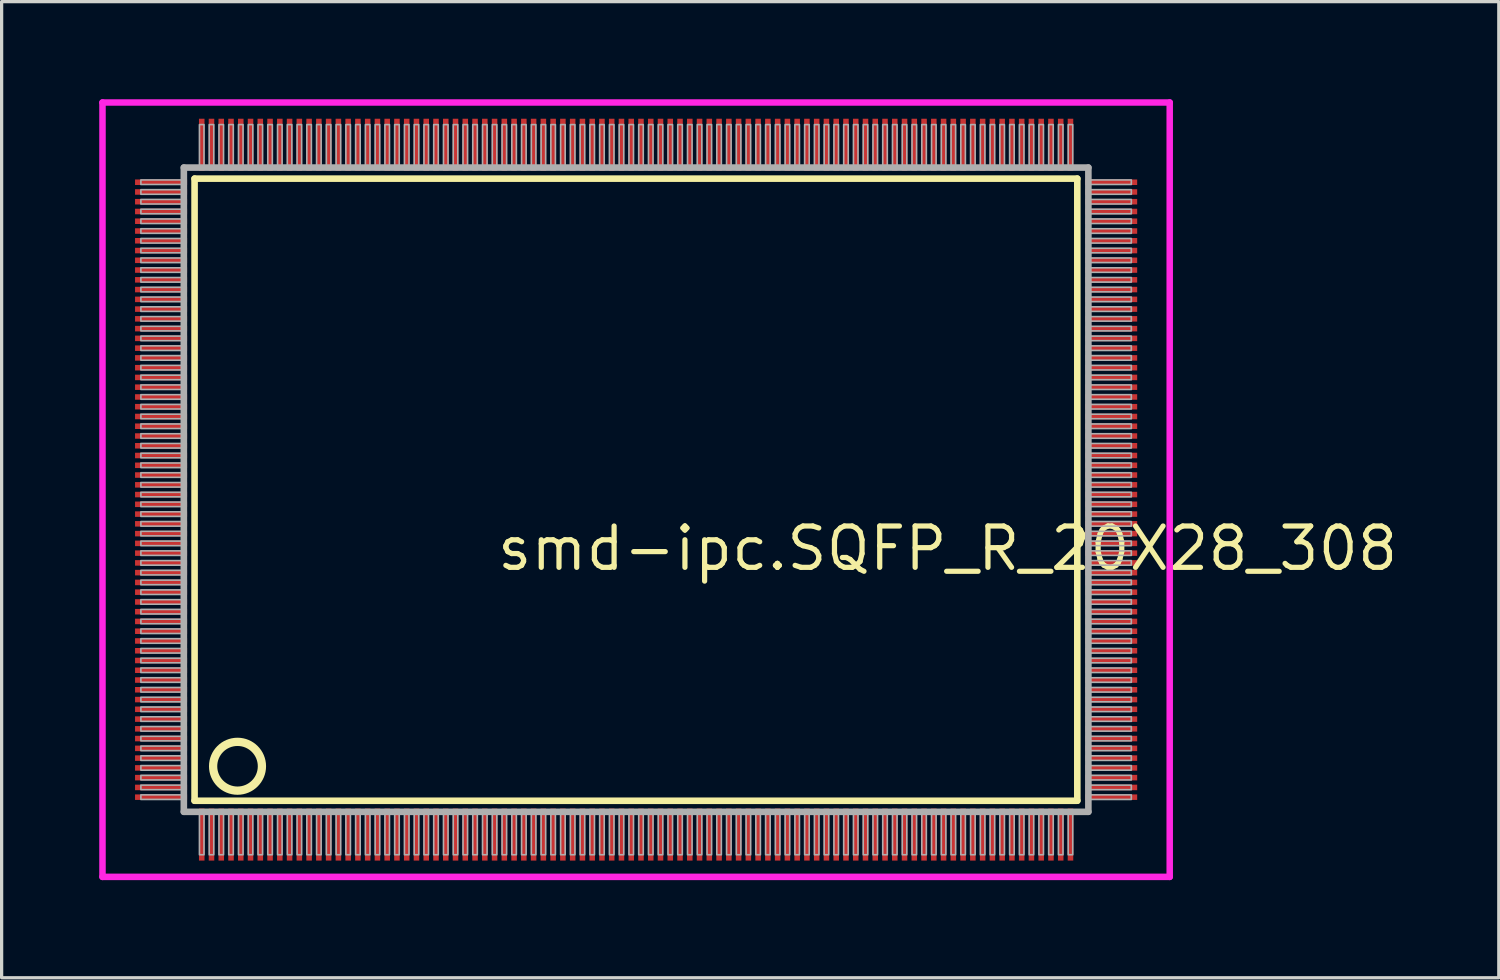
<source format=kicad_pcb>
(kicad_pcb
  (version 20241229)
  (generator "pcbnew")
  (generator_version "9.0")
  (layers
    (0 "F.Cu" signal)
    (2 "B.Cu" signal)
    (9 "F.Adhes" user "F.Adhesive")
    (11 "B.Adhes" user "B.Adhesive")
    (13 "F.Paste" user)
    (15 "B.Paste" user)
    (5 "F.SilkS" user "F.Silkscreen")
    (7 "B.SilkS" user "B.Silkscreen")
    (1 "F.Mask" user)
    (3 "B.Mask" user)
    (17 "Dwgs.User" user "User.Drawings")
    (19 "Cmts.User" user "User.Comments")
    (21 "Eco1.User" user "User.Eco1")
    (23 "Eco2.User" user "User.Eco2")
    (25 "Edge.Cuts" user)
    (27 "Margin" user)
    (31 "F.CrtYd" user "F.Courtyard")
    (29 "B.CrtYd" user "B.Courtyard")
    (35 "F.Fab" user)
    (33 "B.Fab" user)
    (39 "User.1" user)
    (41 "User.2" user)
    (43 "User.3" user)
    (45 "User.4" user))
  (footprint "smd-ipc.SQFP_R_20X28_308"
    (layer "F.Cu")
    (at 16.5 12)
    (property "Reference" "smd-ipc.SQFP_R_20X28_308" (at -4.35 2.55 0) (layer "F.SilkS") (effects (font (size 1.27 1.27) (thickness 0.16)) (justify left bottom)))
    (attr smd)
    (fp_line (start -13.57 -9.56) (end 13.56 -9.56) (stroke (width 0.203) (type default)) (layer "F.SilkS"))
    (fp_line (start -13.57 9.56) (end -13.57 -9.56) (stroke (width 0.203) (type default)) (layer "F.SilkS"))
    (fp_line (start 13.56 -9.56) (end 13.56 9.56) (stroke (width 0.203) (type default)) (layer "F.SilkS"))
    (fp_line (start 13.56 9.56) (end -13.57 9.56) (stroke (width 0.203) (type default)) (layer "F.SilkS"))
    (fp_circle (center -12.25 8.5) (end -11.5 8.5) (stroke (width 0.254) (type default)) (fill no) (layer "F.SilkS"))
    (fp_line (start -16.4 -11.9) (end 16.4 -11.9) (stroke (width 0.2) (type default)) (layer "F.CrtYd"))
    (fp_line (start -16.4 11.9) (end -16.4 -11.9) (stroke (width 0.2) (type default)) (layer "F.CrtYd"))
    (fp_line (start 16.4 -11.9) (end 16.4 11.9) (stroke (width 0.2) (type default)) (layer "F.CrtYd"))
    (fp_line (start 16.4 11.9) (end -16.4 11.9) (stroke (width 0.2) (type default)) (layer "F.CrtYd"))
    (fp_line (start -13.9 -9.9) (end -13.9 9.9) (stroke (width 0.203) (type default)) (layer "F.Fab"))
    (fp_line (start -13.9 9.9) (end 13.9 9.9) (stroke (width 0.203) (type default)) (layer "F.Fab"))
    (fp_line (start 13.9 -9.9) (end -13.9 -9.9) (stroke (width 0.203) (type default)) (layer "F.Fab"))
    (fp_line (start 13.9 9.9) (end 13.9 -9.9) (stroke (width 0.203) (type default)) (layer "F.Fab"))
    (fp_rect (start -15.22 -9.38) (end -13.95 -9.52) (stroke (width 0.05) (type default)) (fill no) (layer "F.Fab"))
    (fp_rect (start -15.22 -9.08) (end -13.95 -9.22) (stroke (width 0.05) (type default)) (fill no) (layer "F.Fab"))
    (fp_rect (start -15.22 -8.78) (end -13.95 -8.92) (stroke (width 0.05) (type default)) (fill no) (layer "F.Fab"))
    (fp_rect (start -15.22 -8.48) (end -13.95 -8.62) (stroke (width 0.05) (type default)) (fill no) (layer "F.Fab"))
    (fp_rect (start -15.22 -8.18) (end -13.95 -8.32) (stroke (width 0.05) (type default)) (fill no) (layer "F.Fab"))
    (fp_rect (start -15.22 -7.88) (end -13.95 -8.02) (stroke (width 0.05) (type default)) (fill no) (layer "F.Fab"))
    (fp_rect (start -15.22 -7.58) (end -13.95 -7.72) (stroke (width 0.05) (type default)) (fill no) (layer "F.Fab"))
    (fp_rect (start -15.22 -7.28) (end -13.95 -7.42) (stroke (width 0.05) (type default)) (fill no) (layer "F.Fab"))
    (fp_rect (start -15.22 -6.98) (end -13.95 -7.12) (stroke (width 0.05) (type default)) (fill no) (layer "F.Fab"))
    (fp_rect (start -15.22 -6.68) (end -13.95 -6.82) (stroke (width 0.05) (type default)) (fill no) (layer "F.Fab"))
    (fp_rect (start -15.22 -6.38) (end -13.95 -6.52) (stroke (width 0.05) (type default)) (fill no) (layer "F.Fab"))
    (fp_rect (start -15.22 -6.08) (end -13.95 -6.22) (stroke (width 0.05) (type default)) (fill no) (layer "F.Fab"))
    (fp_rect (start -15.22 -5.78) (end -13.95 -5.92) (stroke (width 0.05) (type default)) (fill no) (layer "F.Fab"))
    (fp_rect (start -15.22 -5.48) (end -13.95 -5.62) (stroke (width 0.05) (type default)) (fill no) (layer "F.Fab"))
    (fp_rect (start -15.22 -5.18) (end -13.95 -5.32) (stroke (width 0.05) (type default)) (fill no) (layer "F.Fab"))
    (fp_rect (start -15.22 -4.88) (end -13.95 -5.02) (stroke (width 0.05) (type default)) (fill no) (layer "F.Fab"))
    (fp_rect (start -15.22 -4.58) (end -13.95 -4.72) (stroke (width 0.05) (type default)) (fill no) (layer "F.Fab"))
    (fp_rect (start -15.22 -4.28) (end -13.95 -4.42) (stroke (width 0.05) (type default)) (fill no) (layer "F.Fab"))
    (fp_rect (start -15.22 -3.98) (end -13.95 -4.12) (stroke (width 0.05) (type default)) (fill no) (layer "F.Fab"))
    (fp_rect (start -15.22 -3.68) (end -13.95 -3.82) (stroke (width 0.05) (type default)) (fill no) (layer "F.Fab"))
    (fp_rect (start -15.22 -3.38) (end -13.95 -3.52) (stroke (width 0.05) (type default)) (fill no) (layer "F.Fab"))
    (fp_rect (start -15.22 -3.08) (end -13.95 -3.22) (stroke (width 0.05) (type default)) (fill no) (layer "F.Fab"))
    (fp_rect (start -15.22 -2.78) (end -13.95 -2.92) (stroke (width 0.05) (type default)) (fill no) (layer "F.Fab"))
    (fp_rect (start -15.22 -2.48) (end -13.95 -2.62) (stroke (width 0.05) (type default)) (fill no) (layer "F.Fab"))
    (fp_rect (start -15.22 -2.18) (end -13.95 -2.32) (stroke (width 0.05) (type default)) (fill no) (layer "F.Fab"))
    (fp_rect (start -15.22 -1.88) (end -13.95 -2.02) (stroke (width 0.05) (type default)) (fill no) (layer "F.Fab"))
    (fp_rect (start -15.22 -1.58) (end -13.95 -1.72) (stroke (width 0.05) (type default)) (fill no) (layer "F.Fab"))
    (fp_rect (start -15.22 -1.28) (end -13.95 -1.42) (stroke (width 0.05) (type default)) (fill no) (layer "F.Fab"))
    (fp_rect (start -15.22 -0.98) (end -13.95 -1.12) (stroke (width 0.05) (type default)) (fill no) (layer "F.Fab"))
    (fp_rect (start -15.22 -0.68) (end -13.95 -0.82) (stroke (width 0.05) (type default)) (fill no) (layer "F.Fab"))
    (fp_rect (start -15.22 -0.38) (end -13.95 -0.52) (stroke (width 0.05) (type default)) (fill no) (layer "F.Fab"))
    (fp_rect (start -15.22 -0.08) (end -13.95 -0.22) (stroke (width 0.05) (type default)) (fill no) (layer "F.Fab"))
    (fp_rect (start -15.22 0.22) (end -13.95 0.08) (stroke (width 0.05) (type default)) (fill no) (layer "F.Fab"))
    (fp_rect (start -15.22 0.52) (end -13.95 0.38) (stroke (width 0.05) (type default)) (fill no) (layer "F.Fab"))
    (fp_rect (start -15.22 0.82) (end -13.95 0.68) (stroke (width 0.05) (type default)) (fill no) (layer "F.Fab"))
    (fp_rect (start -15.22 1.12) (end -13.95 0.98) (stroke (width 0.05) (type default)) (fill no) (layer "F.Fab"))
    (fp_rect (start -15.22 1.42) (end -13.95 1.28) (stroke (width 0.05) (type default)) (fill no) (layer "F.Fab"))
    (fp_rect (start -15.22 1.72) (end -13.95 1.58) (stroke (width 0.05) (type default)) (fill no) (layer "F.Fab"))
    (fp_rect (start -15.22 2.02) (end -13.95 1.88) (stroke (width 0.05) (type default)) (fill no) (layer "F.Fab"))
    (fp_rect (start -15.22 2.32) (end -13.95 2.18) (stroke (width 0.05) (type default)) (fill no) (layer "F.Fab"))
    (fp_rect (start -15.22 2.62) (end -13.95 2.48) (stroke (width 0.05) (type default)) (fill no) (layer "F.Fab"))
    (fp_rect (start -15.22 2.92) (end -13.95 2.78) (stroke (width 0.05) (type default)) (fill no) (layer "F.Fab"))
    (fp_rect (start -15.22 3.22) (end -13.95 3.08) (stroke (width 0.05) (type default)) (fill no) (layer "F.Fab"))
    (fp_rect (start -15.22 3.52) (end -13.95 3.38) (stroke (width 0.05) (type default)) (fill no) (layer "F.Fab"))
    (fp_rect (start -15.22 3.82) (end -13.95 3.68) (stroke (width 0.05) (type default)) (fill no) (layer "F.Fab"))
    (fp_rect (start -15.22 4.12) (end -13.95 3.98) (stroke (width 0.05) (type default)) (fill no) (layer "F.Fab"))
    (fp_rect (start -15.22 4.42) (end -13.95 4.28) (stroke (width 0.05) (type default)) (fill no) (layer "F.Fab"))
    (fp_rect (start -15.22 4.72) (end -13.95 4.58) (stroke (width 0.05) (type default)) (fill no) (layer "F.Fab"))
    (fp_rect (start -15.22 5.02) (end -13.95 4.88) (stroke (width 0.05) (type default)) (fill no) (layer "F.Fab"))
    (fp_rect (start -15.22 5.32) (end -13.95 5.18) (stroke (width 0.05) (type default)) (fill no) (layer "F.Fab"))
    (fp_rect (start -15.22 5.62) (end -13.95 5.48) (stroke (width 0.05) (type default)) (fill no) (layer "F.Fab"))
    (fp_rect (start -15.22 5.92) (end -13.95 5.78) (stroke (width 0.05) (type default)) (fill no) (layer "F.Fab"))
    (fp_rect (start -15.22 6.22) (end -13.95 6.08) (stroke (width 0.05) (type default)) (fill no) (layer "F.Fab"))
    (fp_rect (start -15.22 6.52) (end -13.95 6.38) (stroke (width 0.05) (type default)) (fill no) (layer "F.Fab"))
    (fp_rect (start -15.22 6.82) (end -13.95 6.68) (stroke (width 0.05) (type default)) (fill no) (layer "F.Fab"))
    (fp_rect (start -15.22 7.12) (end -13.95 6.98) (stroke (width 0.05) (type default)) (fill no) (layer "F.Fab"))
    (fp_rect (start -15.22 7.42) (end -13.95 7.28) (stroke (width 0.05) (type default)) (fill no) (layer "F.Fab"))
    (fp_rect (start -15.22 7.72) (end -13.95 7.58) (stroke (width 0.05) (type default)) (fill no) (layer "F.Fab"))
    (fp_rect (start -15.22 8.02) (end -13.95 7.88) (stroke (width 0.05) (type default)) (fill no) (layer "F.Fab"))
    (fp_rect (start -15.22 8.32) (end -13.95 8.18) (stroke (width 0.05) (type default)) (fill no) (layer "F.Fab"))
    (fp_rect (start -15.22 8.62) (end -13.95 8.48) (stroke (width 0.05) (type default)) (fill no) (layer "F.Fab"))
    (fp_rect (start -15.22 8.92) (end -13.95 8.78) (stroke (width 0.05) (type default)) (fill no) (layer "F.Fab"))
    (fp_rect (start -15.22 9.22) (end -13.95 9.08) (stroke (width 0.05) (type default)) (fill no) (layer "F.Fab"))
    (fp_rect (start -15.22 9.52) (end -13.95 9.38) (stroke (width 0.05) (type default)) (fill no) (layer "F.Fab"))
    (fp_rect (start -13.42 -9.95) (end -13.28 -11.22) (stroke (width 0.05) (type default)) (fill no) (layer "F.Fab"))
    (fp_rect (start -13.42 11.22) (end -13.28 9.95) (stroke (width 0.05) (type default)) (fill no) (layer "F.Fab"))
    (fp_rect (start -13.12 -9.95) (end -12.98 -11.22) (stroke (width 0.05) (type default)) (fill no) (layer "F.Fab"))
    (fp_rect (start -13.12 11.22) (end -12.98 9.95) (stroke (width 0.05) (type default)) (fill no) (layer "F.Fab"))
    (fp_rect (start -12.82 -9.95) (end -12.68 -11.22) (stroke (width 0.05) (type default)) (fill no) (layer "F.Fab"))
    (fp_rect (start -12.82 11.22) (end -12.68 9.95) (stroke (width 0.05) (type default)) (fill no) (layer "F.Fab"))
    (fp_rect (start -12.52 -9.95) (end -12.38 -11.22) (stroke (width 0.05) (type default)) (fill no) (layer "F.Fab"))
    (fp_rect (start -12.52 11.22) (end -12.38 9.95) (stroke (width 0.05) (type default)) (fill no) (layer "F.Fab"))
    (fp_rect (start -12.22 -9.95) (end -12.08 -11.22) (stroke (width 0.05) (type default)) (fill no) (layer "F.Fab"))
    (fp_rect (start -12.22 11.22) (end -12.08 9.95) (stroke (width 0.05) (type default)) (fill no) (layer "F.Fab"))
    (fp_rect (start -11.92 -9.95) (end -11.78 -11.22) (stroke (width 0.05) (type default)) (fill no) (layer "F.Fab"))
    (fp_rect (start -11.92 11.22) (end -11.78 9.95) (stroke (width 0.05) (type default)) (fill no) (layer "F.Fab"))
    (fp_rect (start -11.62 -9.95) (end -11.48 -11.22) (stroke (width 0.05) (type default)) (fill no) (layer "F.Fab"))
    (fp_rect (start -11.62 11.22) (end -11.48 9.95) (stroke (width 0.05) (type default)) (fill no) (layer "F.Fab"))
    (fp_rect (start -11.32 -9.95) (end -11.18 -11.22) (stroke (width 0.05) (type default)) (fill no) (layer "F.Fab"))
    (fp_rect (start -11.32 11.22) (end -11.18 9.95) (stroke (width 0.05) (type default)) (fill no) (layer "F.Fab"))
    (fp_rect (start -11.02 -9.95) (end -10.88 -11.22) (stroke (width 0.05) (type default)) (fill no) (layer "F.Fab"))
    (fp_rect (start -11.02 11.22) (end -10.88 9.95) (stroke (width 0.05) (type default)) (fill no) (layer "F.Fab"))
    (fp_rect (start -10.72 -9.95) (end -10.58 -11.22) (stroke (width 0.05) (type default)) (fill no) (layer "F.Fab"))
    (fp_rect (start -10.72 11.22) (end -10.58 9.95) (stroke (width 0.05) (type default)) (fill no) (layer "F.Fab"))
    (fp_rect (start -10.42 -9.95) (end -10.28 -11.22) (stroke (width 0.05) (type default)) (fill no) (layer "F.Fab"))
    (fp_rect (start -10.42 11.22) (end -10.28 9.95) (stroke (width 0.05) (type default)) (fill no) (layer "F.Fab"))
    (fp_rect (start -10.12 -9.95) (end -9.98 -11.22) (stroke (width 0.05) (type default)) (fill no) (layer "F.Fab"))
    (fp_rect (start -10.12 11.22) (end -9.98 9.95) (stroke (width 0.05) (type default)) (fill no) (layer "F.Fab"))
    (fp_rect (start -9.82 -9.95) (end -9.68 -11.22) (stroke (width 0.05) (type default)) (fill no) (layer "F.Fab"))
    (fp_rect (start -9.82 11.22) (end -9.68 9.95) (stroke (width 0.05) (type default)) (fill no) (layer "F.Fab"))
    (fp_rect (start -9.52 -9.95) (end -9.38 -11.22) (stroke (width 0.05) (type default)) (fill no) (layer "F.Fab"))
    (fp_rect (start -9.52 11.22) (end -9.38 9.95) (stroke (width 0.05) (type default)) (fill no) (layer "F.Fab"))
    (fp_rect (start -9.22 -9.95) (end -9.08 -11.22) (stroke (width 0.05) (type default)) (fill no) (layer "F.Fab"))
    (fp_rect (start -9.22 11.22) (end -9.08 9.95) (stroke (width 0.05) (type default)) (fill no) (layer "F.Fab"))
    (fp_rect (start -8.92 -9.95) (end -8.78 -11.22) (stroke (width 0.05) (type default)) (fill no) (layer "F.Fab"))
    (fp_rect (start -8.92 11.22) (end -8.78 9.95) (stroke (width 0.05) (type default)) (fill no) (layer "F.Fab"))
    (fp_rect (start -8.62 -9.95) (end -8.48 -11.22) (stroke (width 0.05) (type default)) (fill no) (layer "F.Fab"))
    (fp_rect (start -8.62 11.22) (end -8.48 9.95) (stroke (width 0.05) (type default)) (fill no) (layer "F.Fab"))
    (fp_rect (start -8.32 -9.95) (end -8.18 -11.22) (stroke (width 0.05) (type default)) (fill no) (layer "F.Fab"))
    (fp_rect (start -8.32 11.22) (end -8.18 9.95) (stroke (width 0.05) (type default)) (fill no) (layer "F.Fab"))
    (fp_rect (start -8.02 -9.95) (end -7.88 -11.22) (stroke (width 0.05) (type default)) (fill no) (layer "F.Fab"))
    (fp_rect (start -8.02 11.22) (end -7.88 9.95) (stroke (width 0.05) (type default)) (fill no) (layer "F.Fab"))
    (fp_rect (start -7.72 -9.95) (end -7.58 -11.22) (stroke (width 0.05) (type default)) (fill no) (layer "F.Fab"))
    (fp_rect (start -7.72 11.22) (end -7.58 9.95) (stroke (width 0.05) (type default)) (fill no) (layer "F.Fab"))
    (fp_rect (start -7.42 -9.95) (end -7.28 -11.22) (stroke (width 0.05) (type default)) (fill no) (layer "F.Fab"))
    (fp_rect (start -7.42 11.22) (end -7.28 9.95) (stroke (width 0.05) (type default)) (fill no) (layer "F.Fab"))
    (fp_rect (start -7.12 -9.95) (end -6.98 -11.22) (stroke (width 0.05) (type default)) (fill no) (layer "F.Fab"))
    (fp_rect (start -7.12 11.22) (end -6.98 9.95) (stroke (width 0.05) (type default)) (fill no) (layer "F.Fab"))
    (fp_rect (start -6.82 -9.95) (end -6.68 -11.22) (stroke (width 0.05) (type default)) (fill no) (layer "F.Fab"))
    (fp_rect (start -6.82 11.22) (end -6.68 9.95) (stroke (width 0.05) (type default)) (fill no) (layer "F.Fab"))
    (fp_rect (start -6.52 -9.95) (end -6.38 -11.22) (stroke (width 0.05) (type default)) (fill no) (layer "F.Fab"))
    (fp_rect (start -6.52 11.22) (end -6.38 9.95) (stroke (width 0.05) (type default)) (fill no) (layer "F.Fab"))
    (fp_rect (start -6.22 -9.95) (end -6.08 -11.22) (stroke (width 0.05) (type default)) (fill no) (layer "F.Fab"))
    (fp_rect (start -6.22 11.22) (end -6.08 9.95) (stroke (width 0.05) (type default)) (fill no) (layer "F.Fab"))
    (fp_rect (start -5.92 -9.95) (end -5.78 -11.22) (stroke (width 0.05) (type default)) (fill no) (layer "F.Fab"))
    (fp_rect (start -5.92 11.22) (end -5.78 9.95) (stroke (width 0.05) (type default)) (fill no) (layer "F.Fab"))
    (fp_rect (start -5.62 -9.95) (end -5.48 -11.22) (stroke (width 0.05) (type default)) (fill no) (layer "F.Fab"))
    (fp_rect (start -5.62 11.22) (end -5.48 9.95) (stroke (width 0.05) (type default)) (fill no) (layer "F.Fab"))
    (fp_rect (start -5.32 -9.95) (end -5.18 -11.22) (stroke (width 0.05) (type default)) (fill no) (layer "F.Fab"))
    (fp_rect (start -5.32 11.22) (end -5.18 9.95) (stroke (width 0.05) (type default)) (fill no) (layer "F.Fab"))
    (fp_rect (start -5.02 -9.95) (end -4.88 -11.22) (stroke (width 0.05) (type default)) (fill no) (layer "F.Fab"))
    (fp_rect (start -5.02 11.22) (end -4.88 9.95) (stroke (width 0.05) (type default)) (fill no) (layer "F.Fab"))
    (fp_rect (start -4.72 -9.95) (end -4.58 -11.22) (stroke (width 0.05) (type default)) (fill no) (layer "F.Fab"))
    (fp_rect (start -4.72 11.22) (end -4.58 9.95) (stroke (width 0.05) (type default)) (fill no) (layer "F.Fab"))
    (fp_rect (start -4.42 -9.95) (end -4.28 -11.22) (stroke (width 0.05) (type default)) (fill no) (layer "F.Fab"))
    (fp_rect (start -4.42 11.22) (end -4.28 9.95) (stroke (width 0.05) (type default)) (fill no) (layer "F.Fab"))
    (fp_rect (start -4.12 -9.95) (end -3.98 -11.22) (stroke (width 0.05) (type default)) (fill no) (layer "F.Fab"))
    (fp_rect (start -4.12 11.22) (end -3.98 9.95) (stroke (width 0.05) (type default)) (fill no) (layer "F.Fab"))
    (fp_rect (start -3.82 -9.95) (end -3.68 -11.22) (stroke (width 0.05) (type default)) (fill no) (layer "F.Fab"))
    (fp_rect (start -3.82 11.22) (end -3.68 9.95) (stroke (width 0.05) (type default)) (fill no) (layer "F.Fab"))
    (fp_rect (start -3.52 -9.95) (end -3.38 -11.22) (stroke (width 0.05) (type default)) (fill no) (layer "F.Fab"))
    (fp_rect (start -3.52 11.22) (end -3.38 9.95) (stroke (width 0.05) (type default)) (fill no) (layer "F.Fab"))
    (fp_rect (start -3.22 -9.95) (end -3.08 -11.22) (stroke (width 0.05) (type default)) (fill no) (layer "F.Fab"))
    (fp_rect (start -3.22 11.22) (end -3.08 9.95) (stroke (width 0.05) (type default)) (fill no) (layer "F.Fab"))
    (fp_rect (start -2.92 -9.95) (end -2.78 -11.22) (stroke (width 0.05) (type default)) (fill no) (layer "F.Fab"))
    (fp_rect (start -2.92 11.22) (end -2.78 9.95) (stroke (width 0.05) (type default)) (fill no) (layer "F.Fab"))
    (fp_rect (start -2.62 -9.95) (end -2.48 -11.22) (stroke (width 0.05) (type default)) (fill no) (layer "F.Fab"))
    (fp_rect (start -2.62 11.22) (end -2.48 9.95) (stroke (width 0.05) (type default)) (fill no) (layer "F.Fab"))
    (fp_rect (start -2.32 -9.95) (end -2.18 -11.22) (stroke (width 0.05) (type default)) (fill no) (layer "F.Fab"))
    (fp_rect (start -2.32 11.22) (end -2.18 9.95) (stroke (width 0.05) (type default)) (fill no) (layer "F.Fab"))
    (fp_rect (start -2.02 -9.95) (end -1.88 -11.22) (stroke (width 0.05) (type default)) (fill no) (layer "F.Fab"))
    (fp_rect (start -2.02 11.22) (end -1.88 9.95) (stroke (width 0.05) (type default)) (fill no) (layer "F.Fab"))
    (fp_rect (start -1.72 -9.95) (end -1.58 -11.22) (stroke (width 0.05) (type default)) (fill no) (layer "F.Fab"))
    (fp_rect (start -1.72 11.22) (end -1.58 9.95) (stroke (width 0.05) (type default)) (fill no) (layer "F.Fab"))
    (fp_rect (start -1.42 -9.95) (end -1.28 -11.22) (stroke (width 0.05) (type default)) (fill no) (layer "F.Fab"))
    (fp_rect (start -1.42 11.22) (end -1.28 9.95) (stroke (width 0.05) (type default)) (fill no) (layer "F.Fab"))
    (fp_rect (start -1.12 -9.95) (end -0.98 -11.22) (stroke (width 0.05) (type default)) (fill no) (layer "F.Fab"))
    (fp_rect (start -1.12 11.22) (end -0.98 9.95) (stroke (width 0.05) (type default)) (fill no) (layer "F.Fab"))
    (fp_rect (start -0.82 -9.95) (end -0.68 -11.22) (stroke (width 0.05) (type default)) (fill no) (layer "F.Fab"))
    (fp_rect (start -0.82 11.22) (end -0.68 9.95) (stroke (width 0.05) (type default)) (fill no) (layer "F.Fab"))
    (fp_rect (start -0.52 -9.95) (end -0.38 -11.22) (stroke (width 0.05) (type default)) (fill no) (layer "F.Fab"))
    (fp_rect (start -0.52 11.22) (end -0.38 9.95) (stroke (width 0.05) (type default)) (fill no) (layer "F.Fab"))
    (fp_rect (start -0.22 -9.95) (end -0.08 -11.22) (stroke (width 0.05) (type default)) (fill no) (layer "F.Fab"))
    (fp_rect (start -0.22 11.22) (end -0.08 9.95) (stroke (width 0.05) (type default)) (fill no) (layer "F.Fab"))
    (fp_rect (start 0.08 -9.95) (end 0.22 -11.22) (stroke (width 0.05) (type default)) (fill no) (layer "F.Fab"))
    (fp_rect (start 0.08 11.22) (end 0.22 9.95) (stroke (width 0.05) (type default)) (fill no) (layer "F.Fab"))
    (fp_rect (start 0.38 -9.95) (end 0.52 -11.22) (stroke (width 0.05) (type default)) (fill no) (layer "F.Fab"))
    (fp_rect (start 0.38 11.22) (end 0.52 9.95) (stroke (width 0.05) (type default)) (fill no) (layer "F.Fab"))
    (fp_rect (start 0.68 -9.95) (end 0.82 -11.22) (stroke (width 0.05) (type default)) (fill no) (layer "F.Fab"))
    (fp_rect (start 0.68 11.22) (end 0.82 9.95) (stroke (width 0.05) (type default)) (fill no) (layer "F.Fab"))
    (fp_rect (start 0.98 -9.95) (end 1.12 -11.22) (stroke (width 0.05) (type default)) (fill no) (layer "F.Fab"))
    (fp_rect (start 0.98 11.22) (end 1.12 9.95) (stroke (width 0.05) (type default)) (fill no) (layer "F.Fab"))
    (fp_rect (start 1.28 -9.95) (end 1.42 -11.22) (stroke (width 0.05) (type default)) (fill no) (layer "F.Fab"))
    (fp_rect (start 1.28 11.22) (end 1.42 9.95) (stroke (width 0.05) (type default)) (fill no) (layer "F.Fab"))
    (fp_rect (start 1.58 -9.95) (end 1.72 -11.22) (stroke (width 0.05) (type default)) (fill no) (layer "F.Fab"))
    (fp_rect (start 1.58 11.22) (end 1.72 9.95) (stroke (width 0.05) (type default)) (fill no) (layer "F.Fab"))
    (fp_rect (start 1.88 -9.95) (end 2.02 -11.22) (stroke (width 0.05) (type default)) (fill no) (layer "F.Fab"))
    (fp_rect (start 1.88 11.22) (end 2.02 9.95) (stroke (width 0.05) (type default)) (fill no) (layer "F.Fab"))
    (fp_rect (start 2.18 -9.95) (end 2.32 -11.22) (stroke (width 0.05) (type default)) (fill no) (layer "F.Fab"))
    (fp_rect (start 2.18 11.22) (end 2.32 9.95) (stroke (width 0.05) (type default)) (fill no) (layer "F.Fab"))
    (fp_rect (start 2.48 -9.95) (end 2.62 -11.22) (stroke (width 0.05) (type default)) (fill no) (layer "F.Fab"))
    (fp_rect (start 2.48 11.22) (end 2.62 9.95) (stroke (width 0.05) (type default)) (fill no) (layer "F.Fab"))
    (fp_rect (start 2.78 -9.95) (end 2.92 -11.22) (stroke (width 0.05) (type default)) (fill no) (layer "F.Fab"))
    (fp_rect (start 2.78 11.22) (end 2.92 9.95) (stroke (width 0.05) (type default)) (fill no) (layer "F.Fab"))
    (fp_rect (start 3.08 -9.95) (end 3.22 -11.22) (stroke (width 0.05) (type default)) (fill no) (layer "F.Fab"))
    (fp_rect (start 3.08 11.22) (end 3.22 9.95) (stroke (width 0.05) (type default)) (fill no) (layer "F.Fab"))
    (fp_rect (start 3.38 -9.95) (end 3.52 -11.22) (stroke (width 0.05) (type default)) (fill no) (layer "F.Fab"))
    (fp_rect (start 3.38 11.22) (end 3.52 9.95) (stroke (width 0.05) (type default)) (fill no) (layer "F.Fab"))
    (fp_rect (start 3.68 -9.95) (end 3.82 -11.22) (stroke (width 0.05) (type default)) (fill no) (layer "F.Fab"))
    (fp_rect (start 3.68 11.22) (end 3.82 9.95) (stroke (width 0.05) (type default)) (fill no) (layer "F.Fab"))
    (fp_rect (start 3.98 -9.95) (end 4.12 -11.22) (stroke (width 0.05) (type default)) (fill no) (layer "F.Fab"))
    (fp_rect (start 3.98 11.22) (end 4.12 9.95) (stroke (width 0.05) (type default)) (fill no) (layer "F.Fab"))
    (fp_rect (start 4.28 -9.95) (end 4.42 -11.22) (stroke (width 0.05) (type default)) (fill no) (layer "F.Fab"))
    (fp_rect (start 4.28 11.22) (end 4.42 9.95) (stroke (width 0.05) (type default)) (fill no) (layer "F.Fab"))
    (fp_rect (start 4.58 -9.95) (end 4.72 -11.22) (stroke (width 0.05) (type default)) (fill no) (layer "F.Fab"))
    (fp_rect (start 4.58 11.22) (end 4.72 9.95) (stroke (width 0.05) (type default)) (fill no) (layer "F.Fab"))
    (fp_rect (start 4.88 -9.95) (end 5.02 -11.22) (stroke (width 0.05) (type default)) (fill no) (layer "F.Fab"))
    (fp_rect (start 4.88 11.22) (end 5.02 9.95) (stroke (width 0.05) (type default)) (fill no) (layer "F.Fab"))
    (fp_rect (start 5.18 -9.95) (end 5.32 -11.22) (stroke (width 0.05) (type default)) (fill no) (layer "F.Fab"))
    (fp_rect (start 5.18 11.22) (end 5.32 9.95) (stroke (width 0.05) (type default)) (fill no) (layer "F.Fab"))
    (fp_rect (start 5.48 -9.95) (end 5.62 -11.22) (stroke (width 0.05) (type default)) (fill no) (layer "F.Fab"))
    (fp_rect (start 5.48 11.22) (end 5.62 9.95) (stroke (width 0.05) (type default)) (fill no) (layer "F.Fab"))
    (fp_rect (start 5.78 -9.95) (end 5.92 -11.22) (stroke (width 0.05) (type default)) (fill no) (layer "F.Fab"))
    (fp_rect (start 5.78 11.22) (end 5.92 9.95) (stroke (width 0.05) (type default)) (fill no) (layer "F.Fab"))
    (fp_rect (start 6.08 -9.95) (end 6.22 -11.22) (stroke (width 0.05) (type default)) (fill no) (layer "F.Fab"))
    (fp_rect (start 6.08 11.22) (end 6.22 9.95) (stroke (width 0.05) (type default)) (fill no) (layer "F.Fab"))
    (fp_rect (start 6.38 -9.95) (end 6.52 -11.22) (stroke (width 0.05) (type default)) (fill no) (layer "F.Fab"))
    (fp_rect (start 6.38 11.22) (end 6.52 9.95) (stroke (width 0.05) (type default)) (fill no) (layer "F.Fab"))
    (fp_rect (start 6.68 -9.95) (end 6.82 -11.22) (stroke (width 0.05) (type default)) (fill no) (layer "F.Fab"))
    (fp_rect (start 6.68 11.22) (end 6.82 9.95) (stroke (width 0.05) (type default)) (fill no) (layer "F.Fab"))
    (fp_rect (start 6.98 -9.95) (end 7.12 -11.22) (stroke (width 0.05) (type default)) (fill no) (layer "F.Fab"))
    (fp_rect (start 6.98 11.22) (end 7.12 9.95) (stroke (width 0.05) (type default)) (fill no) (layer "F.Fab"))
    (fp_rect (start 7.28 -9.95) (end 7.42 -11.22) (stroke (width 0.05) (type default)) (fill no) (layer "F.Fab"))
    (fp_rect (start 7.28 11.22) (end 7.42 9.95) (stroke (width 0.05) (type default)) (fill no) (layer "F.Fab"))
    (fp_rect (start 7.58 -9.95) (end 7.72 -11.22) (stroke (width 0.05) (type default)) (fill no) (layer "F.Fab"))
    (fp_rect (start 7.58 11.22) (end 7.72 9.95) (stroke (width 0.05) (type default)) (fill no) (layer "F.Fab"))
    (fp_rect (start 7.88 -9.95) (end 8.02 -11.22) (stroke (width 0.05) (type default)) (fill no) (layer "F.Fab"))
    (fp_rect (start 7.88 11.22) (end 8.02 9.95) (stroke (width 0.05) (type default)) (fill no) (layer "F.Fab"))
    (fp_rect (start 8.18 -9.95) (end 8.32 -11.22) (stroke (width 0.05) (type default)) (fill no) (layer "F.Fab"))
    (fp_rect (start 8.18 11.22) (end 8.32 9.95) (stroke (width 0.05) (type default)) (fill no) (layer "F.Fab"))
    (fp_rect (start 8.48 -9.95) (end 8.62 -11.22) (stroke (width 0.05) (type default)) (fill no) (layer "F.Fab"))
    (fp_rect (start 8.48 11.22) (end 8.62 9.95) (stroke (width 0.05) (type default)) (fill no) (layer "F.Fab"))
    (fp_rect (start 8.78 -9.95) (end 8.92 -11.22) (stroke (width 0.05) (type default)) (fill no) (layer "F.Fab"))
    (fp_rect (start 8.78 11.22) (end 8.92 9.95) (stroke (width 0.05) (type default)) (fill no) (layer "F.Fab"))
    (fp_rect (start 9.08 -9.95) (end 9.22 -11.22) (stroke (width 0.05) (type default)) (fill no) (layer "F.Fab"))
    (fp_rect (start 9.08 11.22) (end 9.22 9.95) (stroke (width 0.05) (type default)) (fill no) (layer "F.Fab"))
    (fp_rect (start 9.38 -9.95) (end 9.52 -11.22) (stroke (width 0.05) (type default)) (fill no) (layer "F.Fab"))
    (fp_rect (start 9.38 11.22) (end 9.52 9.95) (stroke (width 0.05) (type default)) (fill no) (layer "F.Fab"))
    (fp_rect (start 9.68 -9.95) (end 9.82 -11.22) (stroke (width 0.05) (type default)) (fill no) (layer "F.Fab"))
    (fp_rect (start 9.68 11.22) (end 9.82 9.95) (stroke (width 0.05) (type default)) (fill no) (layer "F.Fab"))
    (fp_rect (start 9.98 -9.95) (end 10.12 -11.22) (stroke (width 0.05) (type default)) (fill no) (layer "F.Fab"))
    (fp_rect (start 9.98 11.22) (end 10.12 9.95) (stroke (width 0.05) (type default)) (fill no) (layer "F.Fab"))
    (fp_rect (start 10.28 -9.95) (end 10.42 -11.22) (stroke (width 0.05) (type default)) (fill no) (layer "F.Fab"))
    (fp_rect (start 10.28 11.22) (end 10.42 9.95) (stroke (width 0.05) (type default)) (fill no) (layer "F.Fab"))
    (fp_rect (start 10.58 -9.95) (end 10.72 -11.22) (stroke (width 0.05) (type default)) (fill no) (layer "F.Fab"))
    (fp_rect (start 10.58 11.22) (end 10.72 9.95) (stroke (width 0.05) (type default)) (fill no) (layer "F.Fab"))
    (fp_rect (start 10.88 -9.95) (end 11.02 -11.22) (stroke (width 0.05) (type default)) (fill no) (layer "F.Fab"))
    (fp_rect (start 10.88 11.22) (end 11.02 9.95) (stroke (width 0.05) (type default)) (fill no) (layer "F.Fab"))
    (fp_rect (start 11.18 -9.95) (end 11.32 -11.22) (stroke (width 0.05) (type default)) (fill no) (layer "F.Fab"))
    (fp_rect (start 11.18 11.22) (end 11.32 9.95) (stroke (width 0.05) (type default)) (fill no) (layer "F.Fab"))
    (fp_rect (start 11.48 -9.95) (end 11.62 -11.22) (stroke (width 0.05) (type default)) (fill no) (layer "F.Fab"))
    (fp_rect (start 11.48 11.22) (end 11.62 9.95) (stroke (width 0.05) (type default)) (fill no) (layer "F.Fab"))
    (fp_rect (start 11.78 -9.95) (end 11.92 -11.22) (stroke (width 0.05) (type default)) (fill no) (layer "F.Fab"))
    (fp_rect (start 11.78 11.22) (end 11.92 9.95) (stroke (width 0.05) (type default)) (fill no) (layer "F.Fab"))
    (fp_rect (start 12.08 -9.95) (end 12.22 -11.22) (stroke (width 0.05) (type default)) (fill no) (layer "F.Fab"))
    (fp_rect (start 12.08 11.22) (end 12.22 9.95) (stroke (width 0.05) (type default)) (fill no) (layer "F.Fab"))
    (fp_rect (start 12.38 -9.95) (end 12.52 -11.22) (stroke (width 0.05) (type default)) (fill no) (layer "F.Fab"))
    (fp_rect (start 12.38 11.22) (end 12.52 9.95) (stroke (width 0.05) (type default)) (fill no) (layer "F.Fab"))
    (fp_rect (start 12.68 -9.95) (end 12.82 -11.22) (stroke (width 0.05) (type default)) (fill no) (layer "F.Fab"))
    (fp_rect (start 12.68 11.22) (end 12.82 9.95) (stroke (width 0.05) (type default)) (fill no) (layer "F.Fab"))
    (fp_rect (start 12.98 -9.95) (end 13.12 -11.22) (stroke (width 0.05) (type default)) (fill no) (layer "F.Fab"))
    (fp_rect (start 12.98 11.22) (end 13.12 9.95) (stroke (width 0.05) (type default)) (fill no) (layer "F.Fab"))
    (fp_rect (start 13.28 -9.95) (end 13.42 -11.22) (stroke (width 0.05) (type default)) (fill no) (layer "F.Fab"))
    (fp_rect (start 13.28 11.22) (end 13.42 9.95) (stroke (width 0.05) (type default)) (fill no) (layer "F.Fab"))
    (fp_rect (start 13.95 -9.38) (end 15.22 -9.52) (stroke (width 0.05) (type default)) (fill no) (layer "F.Fab"))
    (fp_rect (start 13.95 -9.08) (end 15.22 -9.22) (stroke (width 0.05) (type default)) (fill no) (layer "F.Fab"))
    (fp_rect (start 13.95 -8.78) (end 15.22 -8.92) (stroke (width 0.05) (type default)) (fill no) (layer "F.Fab"))
    (fp_rect (start 13.95 -8.48) (end 15.22 -8.62) (stroke (width 0.05) (type default)) (fill no) (layer "F.Fab"))
    (fp_rect (start 13.95 -8.18) (end 15.22 -8.32) (stroke (width 0.05) (type default)) (fill no) (layer "F.Fab"))
    (fp_rect (start 13.95 -7.88) (end 15.22 -8.02) (stroke (width 0.05) (type default)) (fill no) (layer "F.Fab"))
    (fp_rect (start 13.95 -7.58) (end 15.22 -7.72) (stroke (width 0.05) (type default)) (fill no) (layer "F.Fab"))
    (fp_rect (start 13.95 -7.28) (end 15.22 -7.42) (stroke (width 0.05) (type default)) (fill no) (layer "F.Fab"))
    (fp_rect (start 13.95 -6.98) (end 15.22 -7.12) (stroke (width 0.05) (type default)) (fill no) (layer "F.Fab"))
    (fp_rect (start 13.95 -6.68) (end 15.22 -6.82) (stroke (width 0.05) (type default)) (fill no) (layer "F.Fab"))
    (fp_rect (start 13.95 -6.38) (end 15.22 -6.52) (stroke (width 0.05) (type default)) (fill no) (layer "F.Fab"))
    (fp_rect (start 13.95 -6.08) (end 15.22 -6.22) (stroke (width 0.05) (type default)) (fill no) (layer "F.Fab"))
    (fp_rect (start 13.95 -5.78) (end 15.22 -5.92) (stroke (width 0.05) (type default)) (fill no) (layer "F.Fab"))
    (fp_rect (start 13.95 -5.48) (end 15.22 -5.62) (stroke (width 0.05) (type default)) (fill no) (layer "F.Fab"))
    (fp_rect (start 13.95 -5.18) (end 15.22 -5.32) (stroke (width 0.05) (type default)) (fill no) (layer "F.Fab"))
    (fp_rect (start 13.95 -4.88) (end 15.22 -5.02) (stroke (width 0.05) (type default)) (fill no) (layer "F.Fab"))
    (fp_rect (start 13.95 -4.58) (end 15.22 -4.72) (stroke (width 0.05) (type default)) (fill no) (layer "F.Fab"))
    (fp_rect (start 13.95 -4.28) (end 15.22 -4.42) (stroke (width 0.05) (type default)) (fill no) (layer "F.Fab"))
    (fp_rect (start 13.95 -3.98) (end 15.22 -4.12) (stroke (width 0.05) (type default)) (fill no) (layer "F.Fab"))
    (fp_rect (start 13.95 -3.68) (end 15.22 -3.82) (stroke (width 0.05) (type default)) (fill no) (layer "F.Fab"))
    (fp_rect (start 13.95 -3.38) (end 15.22 -3.52) (stroke (width 0.05) (type default)) (fill no) (layer "F.Fab"))
    (fp_rect (start 13.95 -3.08) (end 15.22 -3.22) (stroke (width 0.05) (type default)) (fill no) (layer "F.Fab"))
    (fp_rect (start 13.95 -2.78) (end 15.22 -2.92) (stroke (width 0.05) (type default)) (fill no) (layer "F.Fab"))
    (fp_rect (start 13.95 -2.48) (end 15.22 -2.62) (stroke (width 0.05) (type default)) (fill no) (layer "F.Fab"))
    (fp_rect (start 13.95 -2.18) (end 15.22 -2.32) (stroke (width 0.05) (type default)) (fill no) (layer "F.Fab"))
    (fp_rect (start 13.95 -1.88) (end 15.22 -2.02) (stroke (width 0.05) (type default)) (fill no) (layer "F.Fab"))
    (fp_rect (start 13.95 -1.58) (end 15.22 -1.72) (stroke (width 0.05) (type default)) (fill no) (layer "F.Fab"))
    (fp_rect (start 13.95 -1.28) (end 15.22 -1.42) (stroke (width 0.05) (type default)) (fill no) (layer "F.Fab"))
    (fp_rect (start 13.95 -0.98) (end 15.22 -1.12) (stroke (width 0.05) (type default)) (fill no) (layer "F.Fab"))
    (fp_rect (start 13.95 -0.68) (end 15.22 -0.82) (stroke (width 0.05) (type default)) (fill no) (layer "F.Fab"))
    (fp_rect (start 13.95 -0.38) (end 15.22 -0.52) (stroke (width 0.05) (type default)) (fill no) (layer "F.Fab"))
    (fp_rect (start 13.95 -0.08) (end 15.22 -0.22) (stroke (width 0.05) (type default)) (fill no) (layer "F.Fab"))
    (fp_rect (start 13.95 0.22) (end 15.22 0.08) (stroke (width 0.05) (type default)) (fill no) (layer "F.Fab"))
    (fp_rect (start 13.95 0.52) (end 15.22 0.38) (stroke (width 0.05) (type default)) (fill no) (layer "F.Fab"))
    (fp_rect (start 13.95 0.82) (end 15.22 0.68) (stroke (width 0.05) (type default)) (fill no) (layer "F.Fab"))
    (fp_rect (start 13.95 1.12) (end 15.22 0.98) (stroke (width 0.05) (type default)) (fill no) (layer "F.Fab"))
    (fp_rect (start 13.95 1.42) (end 15.22 1.28) (stroke (width 0.05) (type default)) (fill no) (layer "F.Fab"))
    (fp_rect (start 13.95 1.72) (end 15.22 1.58) (stroke (width 0.05) (type default)) (fill no) (layer "F.Fab"))
    (fp_rect (start 13.95 2.02) (end 15.22 1.88) (stroke (width 0.05) (type default)) (fill no) (layer "F.Fab"))
    (fp_rect (start 13.95 2.32) (end 15.22 2.18) (stroke (width 0.05) (type default)) (fill no) (layer "F.Fab"))
    (fp_rect (start 13.95 2.62) (end 15.22 2.48) (stroke (width 0.05) (type default)) (fill no) (layer "F.Fab"))
    (fp_rect (start 13.95 2.92) (end 15.22 2.78) (stroke (width 0.05) (type default)) (fill no) (layer "F.Fab"))
    (fp_rect (start 13.95 3.22) (end 15.22 3.08) (stroke (width 0.05) (type default)) (fill no) (layer "F.Fab"))
    (fp_rect (start 13.95 3.52) (end 15.22 3.38) (stroke (width 0.05) (type default)) (fill no) (layer "F.Fab"))
    (fp_rect (start 13.95 3.82) (end 15.22 3.68) (stroke (width 0.05) (type default)) (fill no) (layer "F.Fab"))
    (fp_rect (start 13.95 4.12) (end 15.22 3.98) (stroke (width 0.05) (type default)) (fill no) (layer "F.Fab"))
    (fp_rect (start 13.95 4.42) (end 15.22 4.28) (stroke (width 0.05) (type default)) (fill no) (layer "F.Fab"))
    (fp_rect (start 13.95 4.72) (end 15.22 4.58) (stroke (width 0.05) (type default)) (fill no) (layer "F.Fab"))
    (fp_rect (start 13.95 5.02) (end 15.22 4.88) (stroke (width 0.05) (type default)) (fill no) (layer "F.Fab"))
    (fp_rect (start 13.95 5.32) (end 15.22 5.18) (stroke (width 0.05) (type default)) (fill no) (layer "F.Fab"))
    (fp_rect (start 13.95 5.62) (end 15.22 5.48) (stroke (width 0.05) (type default)) (fill no) (layer "F.Fab"))
    (fp_rect (start 13.95 5.92) (end 15.22 5.78) (stroke (width 0.05) (type default)) (fill no) (layer "F.Fab"))
    (fp_rect (start 13.95 6.22) (end 15.22 6.08) (stroke (width 0.05) (type default)) (fill no) (layer "F.Fab"))
    (fp_rect (start 13.95 6.52) (end 15.22 6.38) (stroke (width 0.05) (type default)) (fill no) (layer "F.Fab"))
    (fp_rect (start 13.95 6.82) (end 15.22 6.68) (stroke (width 0.05) (type default)) (fill no) (layer "F.Fab"))
    (fp_rect (start 13.95 7.12) (end 15.22 6.98) (stroke (width 0.05) (type default)) (fill no) (layer "F.Fab"))
    (fp_rect (start 13.95 7.42) (end 15.22 7.28) (stroke (width 0.05) (type default)) (fill no) (layer "F.Fab"))
    (fp_rect (start 13.95 7.72) (end 15.22 7.58) (stroke (width 0.05) (type default)) (fill no) (layer "F.Fab"))
    (fp_rect (start 13.95 8.02) (end 15.22 7.88) (stroke (width 0.05) (type default)) (fill no) (layer "F.Fab"))
    (fp_rect (start 13.95 8.32) (end 15.22 8.18) (stroke (width 0.05) (type default)) (fill no) (layer "F.Fab"))
    (fp_rect (start 13.95 8.62) (end 15.22 8.48) (stroke (width 0.05) (type default)) (fill no) (layer "F.Fab"))
    (fp_rect (start 13.95 8.92) (end 15.22 8.78) (stroke (width 0.05) (type default)) (fill no) (layer "F.Fab"))
    (fp_rect (start 13.95 9.22) (end 15.22 9.08) (stroke (width 0.05) (type default)) (fill no) (layer "F.Fab"))
    (fp_rect (start 13.95 9.52) (end 15.22 9.38) (stroke (width 0.05) (type default)) (fill no) (layer "F.Fab"))
    (pad "1" smd roundrect (at -13.35 10.6) (size 0.17 1.6) (layers "F.Cu" "F.Mask" "F.Paste") (roundrect_rratio 0.01))
    (pad "2" smd roundrect (at -13.05 10.6) (size 0.17 1.6) (layers "F.Cu" "F.Mask" "F.Paste") (roundrect_rratio 0.01))
    (pad "3" smd roundrect (at -12.75 10.6) (size 0.17 1.6) (layers "F.Cu" "F.Mask" "F.Paste") (roundrect_rratio 0.01))
    (pad "4" smd roundrect (at -12.45 10.6) (size 0.17 1.6) (layers "F.Cu" "F.Mask" "F.Paste") (roundrect_rratio 0.01))
    (pad "5" smd roundrect (at -12.15 10.6) (size 0.17 1.6) (layers "F.Cu" "F.Mask" "F.Paste") (roundrect_rratio 0.01))
    (pad "6" smd roundrect (at -11.85 10.6) (size 0.17 1.6) (layers "F.Cu" "F.Mask" "F.Paste") (roundrect_rratio 0.01))
    (pad "7" smd roundrect (at -11.55 10.6) (size 0.17 1.6) (layers "F.Cu" "F.Mask" "F.Paste") (roundrect_rratio 0.01))
    (pad "8" smd roundrect (at -11.25 10.6) (size 0.17 1.6) (layers "F.Cu" "F.Mask" "F.Paste") (roundrect_rratio 0.01))
    (pad "9" smd roundrect (at -10.95 10.6) (size 0.17 1.6) (layers "F.Cu" "F.Mask" "F.Paste") (roundrect_rratio 0.01))
    (pad "10" smd roundrect (at -10.65 10.6) (size 0.17 1.6) (layers "F.Cu" "F.Mask" "F.Paste") (roundrect_rratio 0.01))
    (pad "11" smd roundrect (at -10.35 10.6) (size 0.17 1.6) (layers "F.Cu" "F.Mask" "F.Paste") (roundrect_rratio 0.01))
    (pad "12" smd roundrect (at -10.05 10.6) (size 0.17 1.6) (layers "F.Cu" "F.Mask" "F.Paste") (roundrect_rratio 0.01))
    (pad "13" smd roundrect (at -9.75 10.6) (size 0.17 1.6) (layers "F.Cu" "F.Mask" "F.Paste") (roundrect_rratio 0.01))
    (pad "14" smd roundrect (at -9.45 10.6) (size 0.17 1.6) (layers "F.Cu" "F.Mask" "F.Paste") (roundrect_rratio 0.01))
    (pad "15" smd roundrect (at -9.15 10.6) (size 0.17 1.6) (layers "F.Cu" "F.Mask" "F.Paste") (roundrect_rratio 0.01))
    (pad "16" smd roundrect (at -8.85 10.6) (size 0.17 1.6) (layers "F.Cu" "F.Mask" "F.Paste") (roundrect_rratio 0.01))
    (pad "17" smd roundrect (at -8.55 10.6) (size 0.17 1.6) (layers "F.Cu" "F.Mask" "F.Paste") (roundrect_rratio 0.01))
    (pad "18" smd roundrect (at -8.25 10.6) (size 0.17 1.6) (layers "F.Cu" "F.Mask" "F.Paste") (roundrect_rratio 0.01))
    (pad "19" smd roundrect (at -7.95 10.6) (size 0.17 1.6) (layers "F.Cu" "F.Mask" "F.Paste") (roundrect_rratio 0.01))
    (pad "20" smd roundrect (at -7.65 10.6) (size 0.17 1.6) (layers "F.Cu" "F.Mask" "F.Paste") (roundrect_rratio 0.01))
    (pad "21" smd roundrect (at -7.35 10.6) (size 0.17 1.6) (layers "F.Cu" "F.Mask" "F.Paste") (roundrect_rratio 0.01))
    (pad "22" smd roundrect (at -7.05 10.6) (size 0.17 1.6) (layers "F.Cu" "F.Mask" "F.Paste") (roundrect_rratio 0.01))
    (pad "23" smd roundrect (at -6.75 10.6) (size 0.17 1.6) (layers "F.Cu" "F.Mask" "F.Paste") (roundrect_rratio 0.01))
    (pad "24" smd roundrect (at -6.45 10.6) (size 0.17 1.6) (layers "F.Cu" "F.Mask" "F.Paste") (roundrect_rratio 0.01))
    (pad "25" smd roundrect (at -6.15 10.6) (size 0.17 1.6) (layers "F.Cu" "F.Mask" "F.Paste") (roundrect_rratio 0.01))
    (pad "26" smd roundrect (at -5.85 10.6) (size 0.17 1.6) (layers "F.Cu" "F.Mask" "F.Paste") (roundrect_rratio 0.01))
    (pad "27" smd roundrect (at -5.55 10.6) (size 0.17 1.6) (layers "F.Cu" "F.Mask" "F.Paste") (roundrect_rratio 0.01))
    (pad "28" smd roundrect (at -5.25 10.6) (size 0.17 1.6) (layers "F.Cu" "F.Mask" "F.Paste") (roundrect_rratio 0.01))
    (pad "29" smd roundrect (at -4.95 10.6) (size 0.17 1.6) (layers "F.Cu" "F.Mask" "F.Paste") (roundrect_rratio 0.01))
    (pad "30" smd roundrect (at -4.65 10.6) (size 0.17 1.6) (layers "F.Cu" "F.Mask" "F.Paste") (roundrect_rratio 0.01))
    (pad "31" smd roundrect (at -4.35 10.6) (size 0.17 1.6) (layers "F.Cu" "F.Mask" "F.Paste") (roundrect_rratio 0.01))
    (pad "32" smd roundrect (at -4.05 10.6) (size 0.17 1.6) (layers "F.Cu" "F.Mask" "F.Paste") (roundrect_rratio 0.01))
    (pad "33" smd roundrect (at -3.75 10.6) (size 0.17 1.6) (layers "F.Cu" "F.Mask" "F.Paste") (roundrect_rratio 0.01))
    (pad "34" smd roundrect (at -3.45 10.6) (size 0.17 1.6) (layers "F.Cu" "F.Mask" "F.Paste") (roundrect_rratio 0.01))
    (pad "35" smd roundrect (at -3.15 10.6) (size 0.17 1.6) (layers "F.Cu" "F.Mask" "F.Paste") (roundrect_rratio 0.01))
    (pad "36" smd roundrect (at -2.85 10.6) (size 0.17 1.6) (layers "F.Cu" "F.Mask" "F.Paste") (roundrect_rratio 0.01))
    (pad "37" smd roundrect (at -2.55 10.6) (size 0.17 1.6) (layers "F.Cu" "F.Mask" "F.Paste") (roundrect_rratio 0.01))
    (pad "38" smd roundrect (at -2.25 10.6) (size 0.17 1.6) (layers "F.Cu" "F.Mask" "F.Paste") (roundrect_rratio 0.01))
    (pad "39" smd roundrect (at -1.95 10.6) (size 0.17 1.6) (layers "F.Cu" "F.Mask" "F.Paste") (roundrect_rratio 0.01))
    (pad "40" smd roundrect (at -1.65 10.6) (size 0.17 1.6) (layers "F.Cu" "F.Mask" "F.Paste") (roundrect_rratio 0.01))
    (pad "41" smd roundrect (at -1.35 10.6) (size 0.17 1.6) (layers "F.Cu" "F.Mask" "F.Paste") (roundrect_rratio 0.01))
    (pad "42" smd roundrect (at -1.05 10.6) (size 0.17 1.6) (layers "F.Cu" "F.Mask" "F.Paste") (roundrect_rratio 0.01))
    (pad "43" smd roundrect (at -0.75 10.6) (size 0.17 1.6) (layers "F.Cu" "F.Mask" "F.Paste") (roundrect_rratio 0.01))
    (pad "44" smd roundrect (at -0.45 10.6) (size 0.17 1.6) (layers "F.Cu" "F.Mask" "F.Paste") (roundrect_rratio 0.01))
    (pad "45" smd roundrect (at -0.15 10.6) (size 0.17 1.6) (layers "F.Cu" "F.Mask" "F.Paste") (roundrect_rratio 0.01))
    (pad "46" smd roundrect (at 0.15 10.6) (size 0.17 1.6) (layers "F.Cu" "F.Mask" "F.Paste") (roundrect_rratio 0.01))
    (pad "47" smd roundrect (at 0.45 10.6) (size 0.17 1.6) (layers "F.Cu" "F.Mask" "F.Paste") (roundrect_rratio 0.01))
    (pad "48" smd roundrect (at 0.75 10.6) (size 0.17 1.6) (layers "F.Cu" "F.Mask" "F.Paste") (roundrect_rratio 0.01))
    (pad "49" smd roundrect (at 1.05 10.6) (size 0.17 1.6) (layers "F.Cu" "F.Mask" "F.Paste") (roundrect_rratio 0.01))
    (pad "50" smd roundrect (at 1.35 10.6) (size 0.17 1.6) (layers "F.Cu" "F.Mask" "F.Paste") (roundrect_rratio 0.01))
    (pad "51" smd roundrect (at 1.65 10.6) (size 0.17 1.6) (layers "F.Cu" "F.Mask" "F.Paste") (roundrect_rratio 0.01))
    (pad "52" smd roundrect (at 1.95 10.6) (size 0.17 1.6) (layers "F.Cu" "F.Mask" "F.Paste") (roundrect_rratio 0.01))
    (pad "53" smd roundrect (at 2.25 10.6) (size 0.17 1.6) (layers "F.Cu" "F.Mask" "F.Paste") (roundrect_rratio 0.01))
    (pad "54" smd roundrect (at 2.55 10.6) (size 0.17 1.6) (layers "F.Cu" "F.Mask" "F.Paste") (roundrect_rratio 0.01))
    (pad "55" smd roundrect (at 2.85 10.6) (size 0.17 1.6) (layers "F.Cu" "F.Mask" "F.Paste") (roundrect_rratio 0.01))
    (pad "56" smd roundrect (at 3.15 10.6) (size 0.17 1.6) (layers "F.Cu" "F.Mask" "F.Paste") (roundrect_rratio 0.01))
    (pad "57" smd roundrect (at 3.45 10.6) (size 0.17 1.6) (layers "F.Cu" "F.Mask" "F.Paste") (roundrect_rratio 0.01))
    (pad "58" smd roundrect (at 3.75 10.6) (size 0.17 1.6) (layers "F.Cu" "F.Mask" "F.Paste") (roundrect_rratio 0.01))
    (pad "59" smd roundrect (at 4.05 10.6) (size 0.17 1.6) (layers "F.Cu" "F.Mask" "F.Paste") (roundrect_rratio 0.01))
    (pad "60" smd roundrect (at 4.35 10.6) (size 0.17 1.6) (layers "F.Cu" "F.Mask" "F.Paste") (roundrect_rratio 0.01))
    (pad "61" smd roundrect (at 4.65 10.6) (size 0.17 1.6) (layers "F.Cu" "F.Mask" "F.Paste") (roundrect_rratio 0.01))
    (pad "62" smd roundrect (at 4.95 10.6) (size 0.17 1.6) (layers "F.Cu" "F.Mask" "F.Paste") (roundrect_rratio 0.01))
    (pad "63" smd roundrect (at 5.25 10.6) (size 0.17 1.6) (layers "F.Cu" "F.Mask" "F.Paste") (roundrect_rratio 0.01))
    (pad "64" smd roundrect (at 5.55 10.6) (size 0.17 1.6) (layers "F.Cu" "F.Mask" "F.Paste") (roundrect_rratio 0.01))
    (pad "65" smd roundrect (at 5.85 10.6) (size 0.17 1.6) (layers "F.Cu" "F.Mask" "F.Paste") (roundrect_rratio 0.01))
    (pad "66" smd roundrect (at 6.15 10.6) (size 0.17 1.6) (layers "F.Cu" "F.Mask" "F.Paste") (roundrect_rratio 0.01))
    (pad "67" smd roundrect (at 6.45 10.6) (size 0.17 1.6) (layers "F.Cu" "F.Mask" "F.Paste") (roundrect_rratio 0.01))
    (pad "68" smd roundrect (at 6.75 10.6) (size 0.17 1.6) (layers "F.Cu" "F.Mask" "F.Paste") (roundrect_rratio 0.01))
    (pad "69" smd roundrect (at 11.25 10.6) (size 0.17 1.6) (layers "F.Cu" "F.Mask" "F.Paste") (roundrect_rratio 0.01))
    (pad "70" smd roundrect (at 7.05 10.6) (size 0.17 1.6) (layers "F.Cu" "F.Mask" "F.Paste") (roundrect_rratio 0.01))
    (pad "71" smd roundrect (at 7.35 10.6) (size 0.17 1.6) (layers "F.Cu" "F.Mask" "F.Paste") (roundrect_rratio 0.01))
    (pad "72" smd roundrect (at 7.65 10.6) (size 0.17 1.6) (layers "F.Cu" "F.Mask" "F.Paste") (roundrect_rratio 0.01))
    (pad "73" smd roundrect (at 7.95 10.6) (size 0.17 1.6) (layers "F.Cu" "F.Mask" "F.Paste") (roundrect_rratio 0.01))
    (pad "74" smd roundrect (at 8.25 10.6) (size 0.17 1.6) (layers "F.Cu" "F.Mask" "F.Paste") (roundrect_rratio 0.01))
    (pad "75" smd roundrect (at 8.55 10.6) (size 0.17 1.6) (layers "F.Cu" "F.Mask" "F.Paste") (roundrect_rratio 0.01))
    (pad "76" smd roundrect (at 8.85 10.6) (size 0.17 1.6) (layers "F.Cu" "F.Mask" "F.Paste") (roundrect_rratio 0.01))
    (pad "77" smd roundrect (at 9.15 10.6) (size 0.17 1.6) (layers "F.Cu" "F.Mask" "F.Paste") (roundrect_rratio 0.01))
    (pad "78" smd roundrect (at 9.45 10.6) (size 0.17 1.6) (layers "F.Cu" "F.Mask" "F.Paste") (roundrect_rratio 0.01))
    (pad "79" smd roundrect (at 9.75 10.6) (size 0.17 1.6) (layers "F.Cu" "F.Mask" "F.Paste") (roundrect_rratio 0.01))
    (pad "80" smd roundrect (at 10.05 10.6) (size 0.17 1.6) (layers "F.Cu" "F.Mask" "F.Paste") (roundrect_rratio 0.01))
    (pad "81" smd roundrect (at 10.35 10.6) (size 0.17 1.6) (layers "F.Cu" "F.Mask" "F.Paste") (roundrect_rratio 0.01))
    (pad "82" smd roundrect (at 10.65 10.6) (size 0.17 1.6) (layers "F.Cu" "F.Mask" "F.Paste") (roundrect_rratio 0.01))
    (pad "83" smd roundrect (at 10.95 10.6) (size 0.17 1.6) (layers "F.Cu" "F.Mask" "F.Paste") (roundrect_rratio 0.01))
    (pad "84" smd roundrect (at 11.55 10.6) (size 0.17 1.6) (layers "F.Cu" "F.Mask" "F.Paste") (roundrect_rratio 0.01))
    (pad "85" smd roundrect (at 11.85 10.6) (size 0.17 1.6) (layers "F.Cu" "F.Mask" "F.Paste") (roundrect_rratio 0.01))
    (pad "86" smd roundrect (at 12.15 10.6) (size 0.17 1.6) (layers "F.Cu" "F.Mask" "F.Paste") (roundrect_rratio 0.01))
    (pad "87" smd roundrect (at 12.45 10.6) (size 0.17 1.6) (layers "F.Cu" "F.Mask" "F.Paste") (roundrect_rratio 0.01))
    (pad "88" smd roundrect (at 12.75 10.6) (size 0.17 1.6) (layers "F.Cu" "F.Mask" "F.Paste") (roundrect_rratio 0.01))
    (pad "89" smd roundrect (at 13.05 10.6) (size 0.17 1.6) (layers "F.Cu" "F.Mask" "F.Paste") (roundrect_rratio 0.01))
    (pad "90" smd roundrect (at 13.35 10.6) (size 0.17 1.6) (layers "F.Cu" "F.Mask" "F.Paste") (roundrect_rratio 0.01))
    (pad "91" smd roundrect (at 14.6 9.45) (size 1.6 0.17) (layers "F.Cu" "F.Mask" "F.Paste") (roundrect_rratio 0.01))
    (pad "92" smd roundrect (at 14.6 9.15) (size 1.6 0.17) (layers "F.Cu" "F.Mask" "F.Paste") (roundrect_rratio 0.01))
    (pad "93" smd roundrect (at 14.6 8.85) (size 1.6 0.17) (layers "F.Cu" "F.Mask" "F.Paste") (roundrect_rratio 0.01))
    (pad "94" smd roundrect (at 14.6 8.55) (size 1.6 0.17) (layers "F.Cu" "F.Mask" "F.Paste") (roundrect_rratio 0.01))
    (pad "95" smd roundrect (at 14.6 8.25) (size 1.6 0.17) (layers "F.Cu" "F.Mask" "F.Paste") (roundrect_rratio 0.01))
    (pad "96" smd roundrect (at 14.6 7.95) (size 1.6 0.17) (layers "F.Cu" "F.Mask" "F.Paste") (roundrect_rratio 0.01))
    (pad "97" smd roundrect (at 14.6 7.65) (size 1.6 0.17) (layers "F.Cu" "F.Mask" "F.Paste") (roundrect_rratio 0.01))
    (pad "98" smd roundrect (at 14.6 7.35) (size 1.6 0.17) (layers "F.Cu" "F.Mask" "F.Paste") (roundrect_rratio 0.01))
    (pad "99" smd roundrect (at 14.6 7.05) (size 1.6 0.17) (layers "F.Cu" "F.Mask" "F.Paste") (roundrect_rratio 0.01))
    (pad "100" smd roundrect (at 14.6 6.75) (size 1.6 0.17) (layers "F.Cu" "F.Mask" "F.Paste") (roundrect_rratio 0.01))
    (pad "101" smd roundrect (at 14.6 6.45) (size 1.6 0.17) (layers "F.Cu" "F.Mask" "F.Paste") (roundrect_rratio 0.01))
    (pad "102" smd roundrect (at 14.6 6.15) (size 1.6 0.17) (layers "F.Cu" "F.Mask" "F.Paste") (roundrect_rratio 0.01))
    (pad "103" smd roundrect (at 14.6 5.85) (size 1.6 0.17) (layers "F.Cu" "F.Mask" "F.Paste") (roundrect_rratio 0.01))
    (pad "104" smd roundrect (at 14.6 5.55) (size 1.6 0.17) (layers "F.Cu" "F.Mask" "F.Paste") (roundrect_rratio 0.01))
    (pad "105" smd roundrect (at 14.6 5.25) (size 1.6 0.17) (layers "F.Cu" "F.Mask" "F.Paste") (roundrect_rratio 0.01))
    (pad "106" smd roundrect (at 14.6 4.95) (size 1.6 0.17) (layers "F.Cu" "F.Mask" "F.Paste") (roundrect_rratio 0.01))
    (pad "107" smd roundrect (at 14.6 4.65) (size 1.6 0.17) (layers "F.Cu" "F.Mask" "F.Paste") (roundrect_rratio 0.01))
    (pad "108" smd roundrect (at 14.6 4.35) (size 1.6 0.17) (layers "F.Cu" "F.Mask" "F.Paste") (roundrect_rratio 0.01))
    (pad "109" smd roundrect (at 14.6 4.05) (size 1.6 0.17) (layers "F.Cu" "F.Mask" "F.Paste") (roundrect_rratio 0.01))
    (pad "110" smd roundrect (at 14.6 3.75) (size 1.6 0.17) (layers "F.Cu" "F.Mask" "F.Paste") (roundrect_rratio 0.01))
    (pad "111" smd roundrect (at 14.6 3.45) (size 1.6 0.17) (layers "F.Cu" "F.Mask" "F.Paste") (roundrect_rratio 0.01))
    (pad "112" smd roundrect (at 14.6 3.15) (size 1.6 0.17) (layers "F.Cu" "F.Mask" "F.Paste") (roundrect_rratio 0.01))
    (pad "113" smd roundrect (at 14.6 2.85) (size 1.6 0.17) (layers "F.Cu" "F.Mask" "F.Paste") (roundrect_rratio 0.01))
    (pad "114" smd roundrect (at 14.6 2.55) (size 1.6 0.17) (layers "F.Cu" "F.Mask" "F.Paste") (roundrect_rratio 0.01))
    (pad "115" smd roundrect (at 14.6 2.25) (size 1.6 0.17) (layers "F.Cu" "F.Mask" "F.Paste") (roundrect_rratio 0.01))
    (pad "116" smd roundrect (at 14.6 1.95) (size 1.6 0.17) (layers "F.Cu" "F.Mask" "F.Paste") (roundrect_rratio 0.01))
    (pad "117" smd roundrect (at 14.6 1.65) (size 1.6 0.17) (layers "F.Cu" "F.Mask" "F.Paste") (roundrect_rratio 0.01))
    (pad "118" smd roundrect (at 14.6 1.35) (size 1.6 0.17) (layers "F.Cu" "F.Mask" "F.Paste") (roundrect_rratio 0.01))
    (pad "119" smd roundrect (at 14.6 1.05) (size 1.6 0.17) (layers "F.Cu" "F.Mask" "F.Paste") (roundrect_rratio 0.01))
    (pad "120" smd roundrect (at 14.6 0.75) (size 1.6 0.17) (layers "F.Cu" "F.Mask" "F.Paste") (roundrect_rratio 0.01))
    (pad "121" smd roundrect (at 14.6 0.45) (size 1.6 0.17) (layers "F.Cu" "F.Mask" "F.Paste") (roundrect_rratio 0.01))
    (pad "122" smd roundrect (at 14.6 0.15) (size 1.6 0.17) (layers "F.Cu" "F.Mask" "F.Paste") (roundrect_rratio 0.01))
    (pad "123" smd roundrect (at 14.6 -0.15) (size 1.6 0.17) (layers "F.Cu" "F.Mask" "F.Paste") (roundrect_rratio 0.01))
    (pad "124" smd roundrect (at 14.6 -0.45) (size 1.6 0.17) (layers "F.Cu" "F.Mask" "F.Paste") (roundrect_rratio 0.01))
    (pad "125" smd roundrect (at 14.6 -0.75) (size 1.6 0.17) (layers "F.Cu" "F.Mask" "F.Paste") (roundrect_rratio 0.01))
    (pad "126" smd roundrect (at 14.6 -1.05) (size 1.6 0.17) (layers "F.Cu" "F.Mask" "F.Paste") (roundrect_rratio 0.01))
    (pad "127" smd roundrect (at 14.6 -1.35) (size 1.6 0.17) (layers "F.Cu" "F.Mask" "F.Paste") (roundrect_rratio 0.01))
    (pad "128" smd roundrect (at 14.6 -1.65) (size 1.6 0.17) (layers "F.Cu" "F.Mask" "F.Paste") (roundrect_rratio 0.01))
    (pad "129" smd roundrect (at 14.6 -1.95) (size 1.6 0.17) (layers "F.Cu" "F.Mask" "F.Paste") (roundrect_rratio 0.01))
    (pad "130" smd roundrect (at 14.6 -2.25) (size 1.6 0.17) (layers "F.Cu" "F.Mask" "F.Paste") (roundrect_rratio 0.01))
    (pad "131" smd roundrect (at 14.6 -2.55) (size 1.6 0.17) (layers "F.Cu" "F.Mask" "F.Paste") (roundrect_rratio 0.01))
    (pad "132" smd roundrect (at 14.6 -2.85) (size 1.6 0.17) (layers "F.Cu" "F.Mask" "F.Paste") (roundrect_rratio 0.01))
    (pad "133" smd roundrect (at 14.6 -3.15) (size 1.6 0.17) (layers "F.Cu" "F.Mask" "F.Paste") (roundrect_rratio 0.01))
    (pad "134" smd roundrect (at 14.6 -3.45) (size 1.6 0.17) (layers "F.Cu" "F.Mask" "F.Paste") (roundrect_rratio 0.01))
    (pad "135" smd roundrect (at 14.6 -3.75) (size 1.6 0.17) (layers "F.Cu" "F.Mask" "F.Paste") (roundrect_rratio 0.01))
    (pad "136" smd roundrect (at 14.6 -4.05) (size 1.6 0.17) (layers "F.Cu" "F.Mask" "F.Paste") (roundrect_rratio 0.01))
    (pad "137" smd roundrect (at 14.6 -4.35) (size 1.6 0.17) (layers "F.Cu" "F.Mask" "F.Paste") (roundrect_rratio 0.01))
    (pad "138" smd roundrect (at 14.6 -4.65) (size 1.6 0.17) (layers "F.Cu" "F.Mask" "F.Paste") (roundrect_rratio 0.01))
    (pad "139" smd roundrect (at 14.6 -4.95) (size 1.6 0.17) (layers "F.Cu" "F.Mask" "F.Paste") (roundrect_rratio 0.01))
    (pad "140" smd roundrect (at 14.6 -5.25) (size 1.6 0.17) (layers "F.Cu" "F.Mask" "F.Paste") (roundrect_rratio 0.01))
    (pad "141" smd roundrect (at 14.6 -5.55) (size 1.6 0.17) (layers "F.Cu" "F.Mask" "F.Paste") (roundrect_rratio 0.01))
    (pad "142" smd roundrect (at 14.6 -5.85) (size 1.6 0.17) (layers "F.Cu" "F.Mask" "F.Paste") (roundrect_rratio 0.01))
    (pad "143" smd roundrect (at 14.6 -6.15) (size 1.6 0.17) (layers "F.Cu" "F.Mask" "F.Paste") (roundrect_rratio 0.01))
    (pad "144" smd roundrect (at 14.6 -6.45) (size 1.6 0.17) (layers "F.Cu" "F.Mask" "F.Paste") (roundrect_rratio 0.01))
    (pad "145" smd roundrect (at 14.6 -6.75) (size 1.6 0.17) (layers "F.Cu" "F.Mask" "F.Paste") (roundrect_rratio 0.01))
    (pad "146" smd roundrect (at 14.6 -7.05) (size 1.6 0.17) (layers "F.Cu" "F.Mask" "F.Paste") (roundrect_rratio 0.01))
    (pad "147" smd roundrect (at 14.6 -7.35) (size 1.6 0.17) (layers "F.Cu" "F.Mask" "F.Paste") (roundrect_rratio 0.01))
    (pad "148" smd roundrect (at 14.6 -7.65) (size 1.6 0.17) (layers "F.Cu" "F.Mask" "F.Paste") (roundrect_rratio 0.01))
    (pad "149" smd roundrect (at 14.6 -7.95) (size 1.6 0.17) (layers "F.Cu" "F.Mask" "F.Paste") (roundrect_rratio 0.01))
    (pad "150" smd roundrect (at 14.6 -8.25) (size 1.6 0.17) (layers "F.Cu" "F.Mask" "F.Paste") (roundrect_rratio 0.01))
    (pad "151" smd roundrect (at 14.6 -8.55) (size 1.6 0.17) (layers "F.Cu" "F.Mask" "F.Paste") (roundrect_rratio 0.01))
    (pad "152" smd roundrect (at 14.6 -8.85) (size 1.6 0.17) (layers "F.Cu" "F.Mask" "F.Paste") (roundrect_rratio 0.01))
    (pad "153" smd roundrect (at 14.6 -9.15) (size 1.6 0.17) (layers "F.Cu" "F.Mask" "F.Paste") (roundrect_rratio 0.01))
    (pad "154" smd roundrect (at 14.6 -9.45) (size 1.6 0.17) (layers "F.Cu" "F.Mask" "F.Paste") (roundrect_rratio 0.01))
    (pad "155" smd roundrect (at 13.35 -10.6) (size 0.17 1.6) (layers "F.Cu" "F.Mask" "F.Paste") (roundrect_rratio 0.01))
    (pad "156" smd roundrect (at 13.05 -10.6) (size 0.17 1.6) (layers "F.Cu" "F.Mask" "F.Paste") (roundrect_rratio 0.01))
    (pad "157" smd roundrect (at 12.75 -10.6) (size 0.17 1.6) (layers "F.Cu" "F.Mask" "F.Paste") (roundrect_rratio 0.01))
    (pad "158" smd roundrect (at 12.45 -10.6) (size 0.17 1.6) (layers "F.Cu" "F.Mask" "F.Paste") (roundrect_rratio 0.01))
    (pad "159" smd roundrect (at 12.15 -10.6) (size 0.17 1.6) (layers "F.Cu" "F.Mask" "F.Paste") (roundrect_rratio 0.01))
    (pad "160" smd roundrect (at 11.85 -10.6) (size 0.17 1.6) (layers "F.Cu" "F.Mask" "F.Paste") (roundrect_rratio 0.01))
    (pad "161" smd roundrect (at 11.55 -10.6) (size 0.17 1.6) (layers "F.Cu" "F.Mask" "F.Paste") (roundrect_rratio 0.01))
    (pad "162" smd roundrect (at 11.25 -10.6) (size 0.17 1.6) (layers "F.Cu" "F.Mask" "F.Paste") (roundrect_rratio 0.01))
    (pad "163" smd roundrect (at 10.95 -10.6) (size 0.17 1.6) (layers "F.Cu" "F.Mask" "F.Paste") (roundrect_rratio 0.01))
    (pad "164" smd roundrect (at 10.65 -10.6) (size 0.17 1.6) (layers "F.Cu" "F.Mask" "F.Paste") (roundrect_rratio 0.01))
    (pad "165" smd roundrect (at 10.35 -10.6) (size 0.17 1.6) (layers "F.Cu" "F.Mask" "F.Paste") (roundrect_rratio 0.01))
    (pad "166" smd roundrect (at 10.05 -10.6) (size 0.17 1.6) (layers "F.Cu" "F.Mask" "F.Paste") (roundrect_rratio 0.01))
    (pad "167" smd roundrect (at 9.75 -10.6) (size 0.17 1.6) (layers "F.Cu" "F.Mask" "F.Paste") (roundrect_rratio 0.01))
    (pad "168" smd roundrect (at 9.45 -10.6) (size 0.17 1.6) (layers "F.Cu" "F.Mask" "F.Paste") (roundrect_rratio 0.01))
    (pad "169" smd roundrect (at 9.15 -10.6) (size 0.17 1.6) (layers "F.Cu" "F.Mask" "F.Paste") (roundrect_rratio 0.01))
    (pad "170" smd roundrect (at 8.85 -10.6) (size 0.17 1.6) (layers "F.Cu" "F.Mask" "F.Paste") (roundrect_rratio 0.01))
    (pad "171" smd roundrect (at 8.55 -10.6) (size 0.17 1.6) (layers "F.Cu" "F.Mask" "F.Paste") (roundrect_rratio 0.01))
    (pad "172" smd roundrect (at 8.25 -10.6) (size 0.17 1.6) (layers "F.Cu" "F.Mask" "F.Paste") (roundrect_rratio 0.01))
    (pad "173" smd roundrect (at 7.95 -10.6) (size 0.17 1.6) (layers "F.Cu" "F.Mask" "F.Paste") (roundrect_rratio 0.01))
    (pad "174" smd roundrect (at 7.65 -10.6) (size 0.17 1.6) (layers "F.Cu" "F.Mask" "F.Paste") (roundrect_rratio 0.01))
    (pad "175" smd roundrect (at 7.35 -10.6) (size 0.17 1.6) (layers "F.Cu" "F.Mask" "F.Paste") (roundrect_rratio 0.01))
    (pad "176" smd roundrect (at 7.05 -10.6) (size 0.17 1.6) (layers "F.Cu" "F.Mask" "F.Paste") (roundrect_rratio 0.01))
    (pad "177" smd roundrect (at 6.75 -10.6) (size 0.17 1.6) (layers "F.Cu" "F.Mask" "F.Paste") (roundrect_rratio 0.01))
    (pad "178" smd roundrect (at 6.45 -10.6) (size 0.17 1.6) (layers "F.Cu" "F.Mask" "F.Paste") (roundrect_rratio 0.01))
    (pad "179" smd roundrect (at 6.15 -10.6) (size 0.17 1.6) (layers "F.Cu" "F.Mask" "F.Paste") (roundrect_rratio 0.01))
    (pad "180" smd roundrect (at 5.85 -10.6) (size 0.17 1.6) (layers "F.Cu" "F.Mask" "F.Paste") (roundrect_rratio 0.01))
    (pad "181" smd roundrect (at 5.55 -10.6) (size 0.17 1.6) (layers "F.Cu" "F.Mask" "F.Paste") (roundrect_rratio 0.01))
    (pad "182" smd roundrect (at 5.25 -10.6) (size 0.17 1.6) (layers "F.Cu" "F.Mask" "F.Paste") (roundrect_rratio 0.01))
    (pad "183" smd roundrect (at 4.95 -10.6) (size 0.17 1.6) (layers "F.Cu" "F.Mask" "F.Paste") (roundrect_rratio 0.01))
    (pad "184" smd roundrect (at 4.65 -10.6) (size 0.17 1.6) (layers "F.Cu" "F.Mask" "F.Paste") (roundrect_rratio 0.01))
    (pad "185" smd roundrect (at 4.35 -10.6) (size 0.17 1.6) (layers "F.Cu" "F.Mask" "F.Paste") (roundrect_rratio 0.01))
    (pad "186" smd roundrect (at 4.05 -10.6) (size 0.17 1.6) (layers "F.Cu" "F.Mask" "F.Paste") (roundrect_rratio 0.01))
    (pad "187" smd roundrect (at 3.75 -10.6) (size 0.17 1.6) (layers "F.Cu" "F.Mask" "F.Paste") (roundrect_rratio 0.01))
    (pad "188" smd roundrect (at 3.45 -10.6) (size 0.17 1.6) (layers "F.Cu" "F.Mask" "F.Paste") (roundrect_rratio 0.01))
    (pad "189" smd roundrect (at 3.15 -10.6) (size 0.17 1.6) (layers "F.Cu" "F.Mask" "F.Paste") (roundrect_rratio 0.01))
    (pad "190" smd roundrect (at 2.85 -10.6) (size 0.17 1.6) (layers "F.Cu" "F.Mask" "F.Paste") (roundrect_rratio 0.01))
    (pad "191" smd roundrect (at 2.55 -10.6) (size 0.17 1.6) (layers "F.Cu" "F.Mask" "F.Paste") (roundrect_rratio 0.01))
    (pad "192" smd roundrect (at 2.25 -10.6) (size 0.17 1.6) (layers "F.Cu" "F.Mask" "F.Paste") (roundrect_rratio 0.01))
    (pad "193" smd roundrect (at 1.95 -10.6) (size 0.17 1.6) (layers "F.Cu" "F.Mask" "F.Paste") (roundrect_rratio 0.01))
    (pad "194" smd roundrect (at 1.65 -10.6) (size 0.17 1.6) (layers "F.Cu" "F.Mask" "F.Paste") (roundrect_rratio 0.01))
    (pad "195" smd roundrect (at 1.35 -10.6) (size 0.17 1.6) (layers "F.Cu" "F.Mask" "F.Paste") (roundrect_rratio 0.01))
    (pad "196" smd roundrect (at 1.05 -10.6) (size 0.17 1.6) (layers "F.Cu" "F.Mask" "F.Paste") (roundrect_rratio 0.01))
    (pad "197" smd roundrect (at 0.75 -10.6) (size 0.17 1.6) (layers "F.Cu" "F.Mask" "F.Paste") (roundrect_rratio 0.01))
    (pad "198" smd roundrect (at 0.45 -10.6) (size 0.17 1.6) (layers "F.Cu" "F.Mask" "F.Paste") (roundrect_rratio 0.01))
    (pad "199" smd roundrect (at 0.15 -10.6) (size 0.17 1.6) (layers "F.Cu" "F.Mask" "F.Paste") (roundrect_rratio 0.01))
    (pad "200" smd roundrect (at -0.15 -10.6) (size 0.17 1.6) (layers "F.Cu" "F.Mask" "F.Paste") (roundrect_rratio 0.01))
    (pad "201" smd roundrect (at -0.45 -10.6) (size 0.17 1.6) (layers "F.Cu" "F.Mask" "F.Paste") (roundrect_rratio 0.01))
    (pad "202" smd roundrect (at -0.75 -10.6) (size 0.17 1.6) (layers "F.Cu" "F.Mask" "F.Paste") (roundrect_rratio 0.01))
    (pad "203" smd roundrect (at -1.05 -10.6) (size 0.17 1.6) (layers "F.Cu" "F.Mask" "F.Paste") (roundrect_rratio 0.01))
    (pad "204" smd roundrect (at -1.35 -10.6) (size 0.17 1.6) (layers "F.Cu" "F.Mask" "F.Paste") (roundrect_rratio 0.01))
    (pad "205" smd roundrect (at -1.65 -10.6) (size 0.17 1.6) (layers "F.Cu" "F.Mask" "F.Paste") (roundrect_rratio 0.01))
    (pad "206" smd roundrect (at -1.95 -10.6) (size 0.17 1.6) (layers "F.Cu" "F.Mask" "F.Paste") (roundrect_rratio 0.01))
    (pad "207" smd roundrect (at -2.25 -10.6) (size 0.17 1.6) (layers "F.Cu" "F.Mask" "F.Paste") (roundrect_rratio 0.01))
    (pad "208" smd roundrect (at -2.55 -10.6) (size 0.17 1.6) (layers "F.Cu" "F.Mask" "F.Paste") (roundrect_rratio 0.01))
    (pad "209" smd roundrect (at -2.85 -10.6) (size 0.17 1.6) (layers "F.Cu" "F.Mask" "F.Paste") (roundrect_rratio 0.01))
    (pad "210" smd roundrect (at -3.15 -10.6) (size 0.17 1.6) (layers "F.Cu" "F.Mask" "F.Paste") (roundrect_rratio 0.01))
    (pad "211" smd roundrect (at -3.45 -10.6) (size 0.17 1.6) (layers "F.Cu" "F.Mask" "F.Paste") (roundrect_rratio 0.01))
    (pad "212" smd roundrect (at -3.75 -10.6) (size 0.17 1.6) (layers "F.Cu" "F.Mask" "F.Paste") (roundrect_rratio 0.01))
    (pad "213" smd roundrect (at -4.05 -10.6) (size 0.17 1.6) (layers "F.Cu" "F.Mask" "F.Paste") (roundrect_rratio 0.01))
    (pad "214" smd roundrect (at -4.35 -10.6) (size 0.17 1.6) (layers "F.Cu" "F.Mask" "F.Paste") (roundrect_rratio 0.01))
    (pad "215" smd roundrect (at -4.65 -10.6) (size 0.17 1.6) (layers "F.Cu" "F.Mask" "F.Paste") (roundrect_rratio 0.01))
    (pad "216" smd roundrect (at -4.95 -10.6) (size 0.17 1.6) (layers "F.Cu" "F.Mask" "F.Paste") (roundrect_rratio 0.01))
    (pad "217" smd roundrect (at -5.25 -10.6) (size 0.17 1.6) (layers "F.Cu" "F.Mask" "F.Paste") (roundrect_rratio 0.01))
    (pad "218" smd roundrect (at -5.55 -10.6) (size 0.17 1.6) (layers "F.Cu" "F.Mask" "F.Paste") (roundrect_rratio 0.01))
    (pad "219" smd roundrect (at -5.85 -10.6) (size 0.17 1.6) (layers "F.Cu" "F.Mask" "F.Paste") (roundrect_rratio 0.01))
    (pad "220" smd roundrect (at -6.15 -10.6) (size 0.17 1.6) (layers "F.Cu" "F.Mask" "F.Paste") (roundrect_rratio 0.01))
    (pad "221" smd roundrect (at -6.45 -10.6) (size 0.17 1.6) (layers "F.Cu" "F.Mask" "F.Paste") (roundrect_rratio 0.01))
    (pad "222" smd roundrect (at -6.75 -10.6) (size 0.17 1.6) (layers "F.Cu" "F.Mask" "F.Paste") (roundrect_rratio 0.01))
    (pad "223" smd roundrect (at -7.05 -10.6) (size 0.17 1.6) (layers "F.Cu" "F.Mask" "F.Paste") (roundrect_rratio 0.01))
    (pad "224" smd roundrect (at -7.35 -10.6) (size 0.17 1.6) (layers "F.Cu" "F.Mask" "F.Paste") (roundrect_rratio 0.01))
    (pad "225" smd roundrect (at -7.65 -10.6) (size 0.17 1.6) (layers "F.Cu" "F.Mask" "F.Paste") (roundrect_rratio 0.01))
    (pad "226" smd roundrect (at -7.95 -10.6) (size 0.17 1.6) (layers "F.Cu" "F.Mask" "F.Paste") (roundrect_rratio 0.01))
    (pad "227" smd roundrect (at -8.25 -10.6) (size 0.17 1.6) (layers "F.Cu" "F.Mask" "F.Paste") (roundrect_rratio 0.01))
    (pad "228" smd roundrect (at -8.55 -10.6) (size 0.17 1.6) (layers "F.Cu" "F.Mask" "F.Paste") (roundrect_rratio 0.01))
    (pad "229" smd roundrect (at -8.85 -10.6) (size 0.17 1.6) (layers "F.Cu" "F.Mask" "F.Paste") (roundrect_rratio 0.01))
    (pad "230" smd roundrect (at -9.15 -10.6) (size 0.17 1.6) (layers "F.Cu" "F.Mask" "F.Paste") (roundrect_rratio 0.01))
    (pad "231" smd roundrect (at -9.45 -10.6) (size 0.17 1.6) (layers "F.Cu" "F.Mask" "F.Paste") (roundrect_rratio 0.01))
    (pad "232" smd roundrect (at -9.75 -10.6) (size 0.17 1.6) (layers "F.Cu" "F.Mask" "F.Paste") (roundrect_rratio 0.01))
    (pad "233" smd roundrect (at -10.05 -10.6) (size 0.17 1.6) (layers "F.Cu" "F.Mask" "F.Paste") (roundrect_rratio 0.01))
    (pad "234" smd roundrect (at -10.35 -10.6) (size 0.17 1.6) (layers "F.Cu" "F.Mask" "F.Paste") (roundrect_rratio 0.01))
    (pad "235" smd roundrect (at -10.65 -10.6) (size 0.17 1.6) (layers "F.Cu" "F.Mask" "F.Paste") (roundrect_rratio 0.01))
    (pad "236" smd roundrect (at -10.95 -10.6) (size 0.17 1.6) (layers "F.Cu" "F.Mask" "F.Paste") (roundrect_rratio 0.01))
    (pad "237" smd roundrect (at -11.25 -10.6) (size 0.17 1.6) (layers "F.Cu" "F.Mask" "F.Paste") (roundrect_rratio 0.01))
    (pad "238" smd roundrect (at -11.55 -10.6) (size 0.17 1.6) (layers "F.Cu" "F.Mask" "F.Paste") (roundrect_rratio 0.01))
    (pad "239" smd roundrect (at -11.85 -10.6) (size 0.17 1.6) (layers "F.Cu" "F.Mask" "F.Paste") (roundrect_rratio 0.01))
    (pad "240" smd roundrect (at -12.15 -10.6) (size 0.17 1.6) (layers "F.Cu" "F.Mask" "F.Paste") (roundrect_rratio 0.01))
    (pad "241" smd roundrect (at -12.45 -10.6) (size 0.17 1.6) (layers "F.Cu" "F.Mask" "F.Paste") (roundrect_rratio 0.01))
    (pad "242" smd roundrect (at -12.75 -10.6) (size 0.17 1.6) (layers "F.Cu" "F.Mask" "F.Paste") (roundrect_rratio 0.01))
    (pad "243" smd roundrect (at -13.05 -10.6) (size 0.17 1.6) (layers "F.Cu" "F.Mask" "F.Paste") (roundrect_rratio 0.01))
    (pad "244" smd roundrect (at -13.35 -10.6) (size 0.17 1.6) (layers "F.Cu" "F.Mask" "F.Paste") (roundrect_rratio 0.01))
    (pad "245" smd roundrect (at -14.6 -9.45) (size 1.6 0.17) (layers "F.Cu" "F.Mask" "F.Paste") (roundrect_rratio 0.01))
    (pad "246" smd roundrect (at -14.6 -9.15) (size 1.6 0.17) (layers "F.Cu" "F.Mask" "F.Paste") (roundrect_rratio 0.01))
    (pad "247" smd roundrect (at -14.6 -8.85) (size 1.6 0.17) (layers "F.Cu" "F.Mask" "F.Paste") (roundrect_rratio 0.01))
    (pad "248" smd roundrect (at -14.6 -8.55) (size 1.6 0.17) (layers "F.Cu" "F.Mask" "F.Paste") (roundrect_rratio 0.01))
    (pad "249" smd roundrect (at -14.6 -8.25) (size 1.6 0.17) (layers "F.Cu" "F.Mask" "F.Paste") (roundrect_rratio 0.01))
    (pad "250" smd roundrect (at -14.6 -7.95) (size 1.6 0.17) (layers "F.Cu" "F.Mask" "F.Paste") (roundrect_rratio 0.01))
    (pad "251" smd roundrect (at -14.6 -7.65) (size 1.6 0.17) (layers "F.Cu" "F.Mask" "F.Paste") (roundrect_rratio 0.01))
    (pad "252" smd roundrect (at -14.6 -7.35) (size 1.6 0.17) (layers "F.Cu" "F.Mask" "F.Paste") (roundrect_rratio 0.01))
    (pad "253" smd roundrect (at -14.6 -7.05) (size 1.6 0.17) (layers "F.Cu" "F.Mask" "F.Paste") (roundrect_rratio 0.01))
    (pad "254" smd roundrect (at -14.6 -6.75) (size 1.6 0.17) (layers "F.Cu" "F.Mask" "F.Paste") (roundrect_rratio 0.01))
    (pad "255" smd roundrect (at -14.6 -6.45) (size 1.6 0.17) (layers "F.Cu" "F.Mask" "F.Paste") (roundrect_rratio 0.01))
    (pad "256" smd roundrect (at -14.6 -6.15) (size 1.6 0.17) (layers "F.Cu" "F.Mask" "F.Paste") (roundrect_rratio 0.01))
    (pad "257" smd roundrect (at -14.6 -5.85) (size 1.6 0.17) (layers "F.Cu" "F.Mask" "F.Paste") (roundrect_rratio 0.01))
    (pad "258" smd roundrect (at -14.6 -5.55) (size 1.6 0.17) (layers "F.Cu" "F.Mask" "F.Paste") (roundrect_rratio 0.01))
    (pad "259" smd roundrect (at -14.6 -5.25) (size 1.6 0.17) (layers "F.Cu" "F.Mask" "F.Paste") (roundrect_rratio 0.01))
    (pad "260" smd roundrect (at -14.6 -4.95) (size 1.6 0.17) (layers "F.Cu" "F.Mask" "F.Paste") (roundrect_rratio 0.01))
    (pad "261" smd roundrect (at -14.6 -4.65) (size 1.6 0.17) (layers "F.Cu" "F.Mask" "F.Paste") (roundrect_rratio 0.01))
    (pad "262" smd roundrect (at -14.6 -4.35) (size 1.6 0.17) (layers "F.Cu" "F.Mask" "F.Paste") (roundrect_rratio 0.01))
    (pad "263" smd roundrect (at -14.6 -4.05) (size 1.6 0.17) (layers "F.Cu" "F.Mask" "F.Paste") (roundrect_rratio 0.01))
    (pad "264" smd roundrect (at -14.6 -3.75) (size 1.6 0.17) (layers "F.Cu" "F.Mask" "F.Paste") (roundrect_rratio 0.01))
    (pad "265" smd roundrect (at -14.6 -3.45) (size 1.6 0.17) (layers "F.Cu" "F.Mask" "F.Paste") (roundrect_rratio 0.01))
    (pad "266" smd roundrect (at -14.6 -3.15) (size 1.6 0.17) (layers "F.Cu" "F.Mask" "F.Paste") (roundrect_rratio 0.01))
    (pad "267" smd roundrect (at -14.6 -2.85) (size 1.6 0.17) (layers "F.Cu" "F.Mask" "F.Paste") (roundrect_rratio 0.01))
    (pad "268" smd roundrect (at -14.6 -2.55) (size 1.6 0.17) (layers "F.Cu" "F.Mask" "F.Paste") (roundrect_rratio 0.01))
    (pad "269" smd roundrect (at -14.6 -2.25) (size 1.6 0.17) (layers "F.Cu" "F.Mask" "F.Paste") (roundrect_rratio 0.01))
    (pad "270" smd roundrect (at -14.6 -1.95) (size 1.6 0.17) (layers "F.Cu" "F.Mask" "F.Paste") (roundrect_rratio 0.01))
    (pad "271" smd roundrect (at -14.6 -1.65) (size 1.6 0.17) (layers "F.Cu" "F.Mask" "F.Paste") (roundrect_rratio 0.01))
    (pad "272" smd roundrect (at -14.6 -1.35) (size 1.6 0.17) (layers "F.Cu" "F.Mask" "F.Paste") (roundrect_rratio 0.01))
    (pad "273" smd roundrect (at -14.6 -1.05) (size 1.6 0.17) (layers "F.Cu" "F.Mask" "F.Paste") (roundrect_rratio 0.01))
    (pad "274" smd roundrect (at -14.6 -0.75) (size 1.6 0.17) (layers "F.Cu" "F.Mask" "F.Paste") (roundrect_rratio 0.01))
    (pad "275" smd roundrect (at -14.6 -0.45) (size 1.6 0.17) (layers "F.Cu" "F.Mask" "F.Paste") (roundrect_rratio 0.01))
    (pad "276" smd roundrect (at -14.6 -0.15) (size 1.6 0.17) (layers "F.Cu" "F.Mask" "F.Paste") (roundrect_rratio 0.01))
    (pad "277" smd roundrect (at -14.6 0.15) (size 1.6 0.17) (layers "F.Cu" "F.Mask" "F.Paste") (roundrect_rratio 0.01))
    (pad "278" smd roundrect (at -14.6 0.45) (size 1.6 0.17) (layers "F.Cu" "F.Mask" "F.Paste") (roundrect_rratio 0.01))
    (pad "279" smd roundrect (at -14.6 0.75) (size 1.6 0.17) (layers "F.Cu" "F.Mask" "F.Paste") (roundrect_rratio 0.01))
    (pad "280" smd roundrect (at -14.6 1.05) (size 1.6 0.17) (layers "F.Cu" "F.Mask" "F.Paste") (roundrect_rratio 0.01))
    (pad "281" smd roundrect (at -14.6 1.35) (size 1.6 0.17) (layers "F.Cu" "F.Mask" "F.Paste") (roundrect_rratio 0.01))
    (pad "282" smd roundrect (at -14.6 1.65) (size 1.6 0.17) (layers "F.Cu" "F.Mask" "F.Paste") (roundrect_rratio 0.01))
    (pad "283" smd roundrect (at -14.6 1.95) (size 1.6 0.17) (layers "F.Cu" "F.Mask" "F.Paste") (roundrect_rratio 0.01))
    (pad "284" smd roundrect (at -14.6 2.25) (size 1.6 0.17) (layers "F.Cu" "F.Mask" "F.Paste") (roundrect_rratio 0.01))
    (pad "285" smd roundrect (at -14.6 2.55) (size 1.6 0.17) (layers "F.Cu" "F.Mask" "F.Paste") (roundrect_rratio 0.01))
    (pad "286" smd roundrect (at -14.6 2.85) (size 1.6 0.17) (layers "F.Cu" "F.Mask" "F.Paste") (roundrect_rratio 0.01))
    (pad "287" smd roundrect (at -14.6 3.15) (size 1.6 0.17) (layers "F.Cu" "F.Mask" "F.Paste") (roundrect_rratio 0.01))
    (pad "288" smd roundrect (at -14.6 3.45) (size 1.6 0.17) (layers "F.Cu" "F.Mask" "F.Paste") (roundrect_rratio 0.01))
    (pad "289" smd roundrect (at -14.6 3.75) (size 1.6 0.17) (layers "F.Cu" "F.Mask" "F.Paste") (roundrect_rratio 0.01))
    (pad "290" smd roundrect (at -14.6 4.05) (size 1.6 0.17) (layers "F.Cu" "F.Mask" "F.Paste") (roundrect_rratio 0.01))
    (pad "291" smd roundrect (at -14.6 4.35) (size 1.6 0.17) (layers "F.Cu" "F.Mask" "F.Paste") (roundrect_rratio 0.01))
    (pad "292" smd roundrect (at -14.6 4.65) (size 1.6 0.17) (layers "F.Cu" "F.Mask" "F.Paste") (roundrect_rratio 0.01))
    (pad "293" smd roundrect (at -14.6 4.95) (size 1.6 0.17) (layers "F.Cu" "F.Mask" "F.Paste") (roundrect_rratio 0.01))
    (pad "294" smd roundrect (at -14.6 5.25) (size 1.6 0.17) (layers "F.Cu" "F.Mask" "F.Paste") (roundrect_rratio 0.01))
    (pad "295" smd roundrect (at -14.6 5.55) (size 1.6 0.17) (layers "F.Cu" "F.Mask" "F.Paste") (roundrect_rratio 0.01))
    (pad "296" smd roundrect (at -14.6 5.85) (size 1.6 0.17) (layers "F.Cu" "F.Mask" "F.Paste") (roundrect_rratio 0.01))
    (pad "297" smd roundrect (at -14.6 6.15) (size 1.6 0.17) (layers "F.Cu" "F.Mask" "F.Paste") (roundrect_rratio 0.01))
    (pad "298" smd roundrect (at -14.6 6.45) (size 1.6 0.17) (layers "F.Cu" "F.Mask" "F.Paste") (roundrect_rratio 0.01))
    (pad "299" smd roundrect (at -14.6 6.75) (size 1.6 0.17) (layers "F.Cu" "F.Mask" "F.Paste") (roundrect_rratio 0.01))
    (pad "300" smd roundrect (at -14.6 7.05) (size 1.6 0.17) (layers "F.Cu" "F.Mask" "F.Paste") (roundrect_rratio 0.01))
    (pad "301" smd roundrect (at -14.6 7.35) (size 1.6 0.17) (layers "F.Cu" "F.Mask" "F.Paste") (roundrect_rratio 0.01))
    (pad "302" smd roundrect (at -14.6 7.65) (size 1.6 0.17) (layers "F.Cu" "F.Mask" "F.Paste") (roundrect_rratio 0.01))
    (pad "303" smd roundrect (at -14.6 7.95) (size 1.6 0.17) (layers "F.Cu" "F.Mask" "F.Paste") (roundrect_rratio 0.01))
    (pad "304" smd roundrect (at -14.6 8.25) (size 1.6 0.17) (layers "F.Cu" "F.Mask" "F.Paste") (roundrect_rratio 0.01))
    (pad "305" smd roundrect (at -14.6 8.55) (size 1.6 0.17) (layers "F.Cu" "F.Mask" "F.Paste") (roundrect_rratio 0.01))
    (pad "306" smd roundrect (at -14.6 8.85) (size 1.6 0.17) (layers "F.Cu" "F.Mask" "F.Paste") (roundrect_rratio 0.01))
    (pad "307" smd roundrect (at -14.6 9.15) (size 1.6 0.17) (layers "F.Cu" "F.Mask" "F.Paste") (roundrect_rratio 0.01))
    (pad "308" smd roundrect (at -14.6 9.45) (size 1.6 0.17) (layers "F.Cu" "F.Mask" "F.Paste") (roundrect_rratio 0.01)))
  (gr_rect
    (start -3 -3)
    (end 43.014 27)
    (stroke (width 0.1) (type default))
    (fill no)
    (layer "Edge.Cuts")))
</source>
